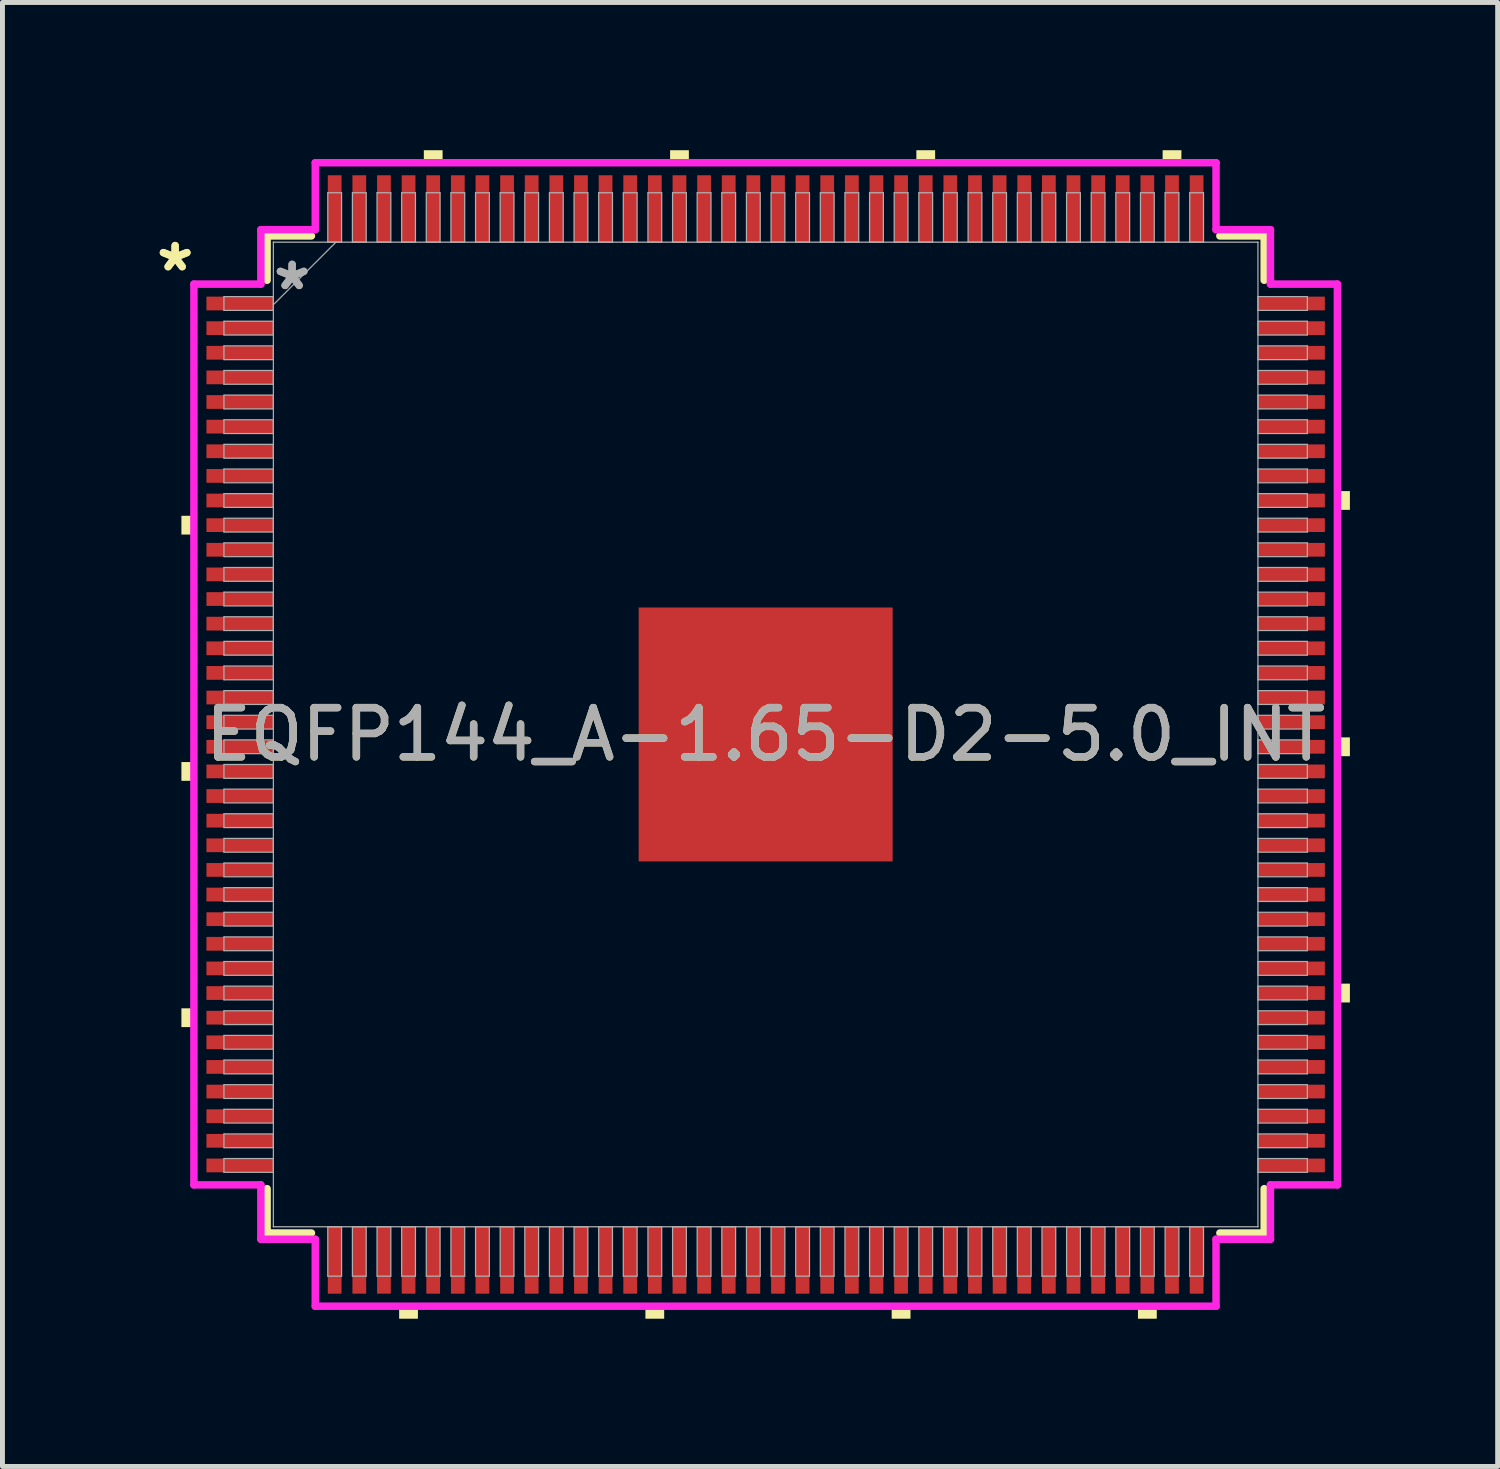
<source format=kicad_pcb>
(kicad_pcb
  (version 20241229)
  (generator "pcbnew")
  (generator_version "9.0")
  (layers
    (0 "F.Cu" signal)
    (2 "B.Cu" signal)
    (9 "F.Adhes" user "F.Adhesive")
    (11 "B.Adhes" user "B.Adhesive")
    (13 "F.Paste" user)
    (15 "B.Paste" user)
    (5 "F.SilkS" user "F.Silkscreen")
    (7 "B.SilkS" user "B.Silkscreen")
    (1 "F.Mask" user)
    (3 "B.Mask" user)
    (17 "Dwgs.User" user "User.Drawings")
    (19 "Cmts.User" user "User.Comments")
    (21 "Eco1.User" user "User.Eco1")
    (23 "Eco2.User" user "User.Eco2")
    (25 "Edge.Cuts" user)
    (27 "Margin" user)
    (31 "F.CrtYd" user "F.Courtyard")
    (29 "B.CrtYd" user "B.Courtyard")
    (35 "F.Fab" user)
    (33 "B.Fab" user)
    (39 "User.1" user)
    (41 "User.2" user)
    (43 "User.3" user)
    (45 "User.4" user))
  (footprint "EQFP144_A-1.65-D2-5.0_INT"
    (layer "F.Cu")
    (at 12.495 11.862)
    (property "Reference" "EQFP144_A-1.65-D2-5.0_INT" (at 0 0 0) (unlocked yes) (layer "F.SilkS") (effects (font (size 1 1) (thickness 0.15))))
    (attr smd)
    (fp_line (start -10.122 -10.122) (end -10.122 -9.222) (stroke (width 0.152) (type solid)) (layer "F.SilkS"))
    (fp_line (start -10.122 9.222) (end -10.122 10.122) (stroke (width 0.152) (type solid)) (layer "F.SilkS"))
    (fp_line (start -10.122 10.122) (end -9.222 10.122) (stroke (width 0.152) (type solid)) (layer "F.SilkS"))
    (fp_line (start -9.222 -10.122) (end -10.122 -10.122) (stroke (width 0.152) (type solid)) (layer "F.SilkS"))
    (fp_line (start 9.222 10.122) (end 10.122 10.122) (stroke (width 0.152) (type solid)) (layer "F.SilkS"))
    (fp_line (start 10.122 -10.122) (end 9.222 -10.122) (stroke (width 0.152) (type solid)) (layer "F.SilkS"))
    (fp_line (start 10.122 -9.222) (end 10.122 -10.122) (stroke (width 0.152) (type solid)) (layer "F.SilkS"))
    (fp_line (start 10.122 10.122) (end 10.122 9.222) (stroke (width 0.152) (type solid)) (layer "F.SilkS"))
    (fp_poly (pts (xy -11.862 -4.44) (xy -11.862 -4.059) (xy -11.608 -4.059) (xy -11.608 -4.44)) (stroke (width 0) (type solid)) (fill yes) (layer "F.SilkS"))
    (fp_poly (pts (xy -11.862 0.56) (xy -11.862 0.941) (xy -11.608 0.941) (xy -11.608 0.56)) (stroke (width 0) (type solid)) (fill yes) (layer "F.SilkS"))
    (fp_poly (pts (xy -11.862 5.56) (xy -11.862 5.941) (xy -11.608 5.941) (xy -11.608 5.56)) (stroke (width 0) (type solid)) (fill yes) (layer "F.SilkS"))
    (fp_poly (pts (xy -7.441 11.608) (xy -7.441 11.862) (xy -7.06 11.862) (xy -7.06 11.608)) (stroke (width 0) (type solid)) (fill yes) (layer "F.SilkS"))
    (fp_poly (pts (xy -6.94 -11.608) (xy -6.94 -11.862) (xy -6.559 -11.862) (xy -6.559 -11.608)) (stroke (width 0) (type solid)) (fill yes) (layer "F.SilkS"))
    (fp_poly (pts (xy -2.441 11.608) (xy -2.441 11.862) (xy -2.06 11.862) (xy -2.06 11.608)) (stroke (width 0) (type solid)) (fill yes) (layer "F.SilkS"))
    (fp_poly (pts (xy -1.94 -11.608) (xy -1.94 -11.862) (xy -1.559 -11.862) (xy -1.559 -11.608)) (stroke (width 0) (type solid)) (fill yes) (layer "F.SilkS"))
    (fp_poly (pts (xy 2.559 11.608) (xy 2.559 11.862) (xy 2.941 11.862) (xy 2.941 11.608)) (stroke (width 0) (type solid)) (fill yes) (layer "F.SilkS"))
    (fp_poly (pts (xy 3.06 -11.608) (xy 3.06 -11.862) (xy 3.441 -11.862) (xy 3.441 -11.608)) (stroke (width 0) (type solid)) (fill yes) (layer "F.SilkS"))
    (fp_poly (pts (xy 7.559 11.608) (xy 7.559 11.862) (xy 7.941 11.862) (xy 7.941 11.608)) (stroke (width 0) (type solid)) (fill yes) (layer "F.SilkS"))
    (fp_poly (pts (xy 8.06 -11.608) (xy 8.06 -11.862) (xy 8.441 -11.862) (xy 8.441 -11.608)) (stroke (width 0) (type solid)) (fill yes) (layer "F.SilkS"))
    (fp_poly (pts (xy 11.862 -4.941) (xy 11.862 -4.56) (xy 11.608 -4.56) (xy 11.608 -4.941)) (stroke (width 0) (type solid)) (fill yes) (layer "F.SilkS"))
    (fp_poly (pts (xy 11.862 0.059) (xy 11.862 0.441) (xy 11.608 0.441) (xy 11.608 0.059)) (stroke (width 0) (type solid)) (fill yes) (layer "F.SilkS"))
    (fp_poly (pts (xy 11.862 5.059) (xy 11.862 5.441) (xy 11.608 5.441) (xy 11.608 5.059)) (stroke (width 0) (type solid)) (fill yes) (layer "F.SilkS"))
    (fp_poly (pts (xy -2.478 -2.478) (xy -2.478 -1.389) (xy -1.389 -1.389) (xy -1.389 -2.478)) (stroke (width 0) (type solid)) (fill yes) (layer "F.Paste"))
    (fp_poly (pts (xy -2.478 -1.189) (xy -2.478 -0.1) (xy -1.389 -0.1) (xy -1.389 -1.189)) (stroke (width 0) (type solid)) (fill yes) (layer "F.Paste"))
    (fp_poly (pts (xy -2.478 0.1) (xy -2.478 1.189) (xy -1.389 1.189) (xy -1.389 0.1)) (stroke (width 0) (type solid)) (fill yes) (layer "F.Paste"))
    (fp_poly (pts (xy -2.478 1.389) (xy -2.478 2.478) (xy -1.389 2.478) (xy -1.389 1.389)) (stroke (width 0) (type solid)) (fill yes) (layer "F.Paste"))
    (fp_poly (pts (xy -1.189 -2.478) (xy -1.189 -1.389) (xy -0.1 -1.389) (xy -0.1 -2.478)) (stroke (width 0) (type solid)) (fill yes) (layer "F.Paste"))
    (fp_poly (pts (xy -1.189 -1.189) (xy -1.189 -0.1) (xy -0.1 -0.1) (xy -0.1 -1.189)) (stroke (width 0) (type solid)) (fill yes) (layer "F.Paste"))
    (fp_poly (pts (xy -1.189 0.1) (xy -1.189 1.189) (xy -0.1 1.189) (xy -0.1 0.1)) (stroke (width 0) (type solid)) (fill yes) (layer "F.Paste"))
    (fp_poly (pts (xy -1.189 1.389) (xy -1.189 2.478) (xy -0.1 2.478) (xy -0.1 1.389)) (stroke (width 0) (type solid)) (fill yes) (layer "F.Paste"))
    (fp_poly (pts (xy 0.1 -2.478) (xy 0.1 -1.389) (xy 1.189 -1.389) (xy 1.189 -2.478)) (stroke (width 0) (type solid)) (fill yes) (layer "F.Paste"))
    (fp_poly (pts (xy 0.1 -1.189) (xy 0.1 -0.1) (xy 1.189 -0.1) (xy 1.189 -1.189)) (stroke (width 0) (type solid)) (fill yes) (layer "F.Paste"))
    (fp_poly (pts (xy 0.1 0.1) (xy 0.1 1.189) (xy 1.189 1.189) (xy 1.189 0.1)) (stroke (width 0) (type solid)) (fill yes) (layer "F.Paste"))
    (fp_poly (pts (xy 0.1 1.389) (xy 0.1 2.478) (xy 1.189 2.478) (xy 1.189 1.389)) (stroke (width 0) (type solid)) (fill yes) (layer "F.Paste"))
    (fp_poly (pts (xy 1.389 -2.478) (xy 1.389 -1.389) (xy 2.478 -1.389) (xy 2.478 -2.478)) (stroke (width 0) (type solid)) (fill yes) (layer "F.Paste"))
    (fp_poly (pts (xy 1.389 -1.189) (xy 1.389 -0.1) (xy 2.478 -0.1) (xy 2.478 -1.189)) (stroke (width 0) (type solid)) (fill yes) (layer "F.Paste"))
    (fp_poly (pts (xy 1.389 0.1) (xy 1.389 1.189) (xy 2.478 1.189) (xy 2.478 0.1)) (stroke (width 0) (type solid)) (fill yes) (layer "F.Paste"))
    (fp_poly (pts (xy 1.389 1.389) (xy 1.389 2.478) (xy 2.478 2.478) (xy 2.478 1.389)) (stroke (width 0) (type solid)) (fill yes) (layer "F.Paste"))
    (fp_line (start -11.608 -9.144) (end -10.249 -9.144) (stroke (width 0.152) (type solid)) (layer "F.CrtYd"))
    (fp_line (start -11.608 9.144) (end -11.608 -9.144) (stroke (width 0.152) (type solid)) (layer "F.CrtYd"))
    (fp_line (start -10.249 -10.249) (end -9.144 -10.249) (stroke (width 0.152) (type solid)) (layer "F.CrtYd"))
    (fp_line (start -10.249 -9.144) (end -10.249 -10.249) (stroke (width 0.152) (type solid)) (layer "F.CrtYd"))
    (fp_line (start -10.249 9.144) (end -11.608 9.144) (stroke (width 0.152) (type solid)) (layer "F.CrtYd"))
    (fp_line (start -10.249 10.249) (end -10.249 9.144) (stroke (width 0.152) (type solid)) (layer "F.CrtYd"))
    (fp_line (start -10.249 10.249) (end -9.144 10.249) (stroke (width 0.152) (type solid)) (layer "F.CrtYd"))
    (fp_line (start -9.144 -11.608) (end 9.144 -11.608) (stroke (width 0.152) (type solid)) (layer "F.CrtYd"))
    (fp_line (start -9.144 -10.249) (end -9.144 -11.608) (stroke (width 0.152) (type solid)) (layer "F.CrtYd"))
    (fp_line (start -9.144 10.249) (end -9.144 11.608) (stroke (width 0.152) (type solid)) (layer "F.CrtYd"))
    (fp_line (start -9.144 11.608) (end 9.144 11.608) (stroke (width 0.152) (type solid)) (layer "F.CrtYd"))
    (fp_line (start 9.144 -11.608) (end 9.144 -10.249) (stroke (width 0.152) (type solid)) (layer "F.CrtYd"))
    (fp_line (start 9.144 -10.249) (end 10.249 -10.249) (stroke (width 0.152) (type solid)) (layer "F.CrtYd"))
    (fp_line (start 9.144 10.249) (end 10.249 10.249) (stroke (width 0.152) (type solid)) (layer "F.CrtYd"))
    (fp_line (start 9.144 11.608) (end 9.144 10.249) (stroke (width 0.152) (type solid)) (layer "F.CrtYd"))
    (fp_line (start 10.249 -9.144) (end 10.249 -10.249) (stroke (width 0.152) (type solid)) (layer "F.CrtYd"))
    (fp_line (start 10.249 9.144) (end 11.608 9.144) (stroke (width 0.152) (type solid)) (layer "F.CrtYd"))
    (fp_line (start 10.249 10.249) (end 10.249 9.144) (stroke (width 0.152) (type solid)) (layer "F.CrtYd"))
    (fp_line (start 11.608 -9.144) (end 10.249 -9.144) (stroke (width 0.152) (type solid)) (layer "F.CrtYd"))
    (fp_line (start 11.608 9.144) (end 11.608 -9.144) (stroke (width 0.152) (type solid)) (layer "F.CrtYd"))
    (fp_line (start -10.998 -8.89) (end -10.998 -8.61) (stroke (width 0.025) (type solid)) (layer "F.Fab"))
    (fp_line (start -10.998 -8.61) (end -9.995 -8.61) (stroke (width 0.025) (type solid)) (layer "F.Fab"))
    (fp_line (start -10.998 -8.39) (end -10.998 -8.11) (stroke (width 0.025) (type solid)) (layer "F.Fab"))
    (fp_line (start -10.998 -8.11) (end -9.995 -8.11) (stroke (width 0.025) (type solid)) (layer "F.Fab"))
    (fp_line (start -10.998 -7.89) (end -10.998 -7.61) (stroke (width 0.025) (type solid)) (layer "F.Fab"))
    (fp_line (start -10.998 -7.61) (end -9.995 -7.61) (stroke (width 0.025) (type solid)) (layer "F.Fab"))
    (fp_line (start -10.998 -7.39) (end -10.998 -7.11) (stroke (width 0.025) (type solid)) (layer "F.Fab"))
    (fp_line (start -10.998 -7.11) (end -9.995 -7.11) (stroke (width 0.025) (type solid)) (layer "F.Fab"))
    (fp_line (start -10.998 -6.89) (end -10.998 -6.61) (stroke (width 0.025) (type solid)) (layer "F.Fab"))
    (fp_line (start -10.998 -6.61) (end -9.995 -6.61) (stroke (width 0.025) (type solid)) (layer "F.Fab"))
    (fp_line (start -10.998 -6.39) (end -10.998 -6.11) (stroke (width 0.025) (type solid)) (layer "F.Fab"))
    (fp_line (start -10.998 -6.11) (end -9.995 -6.11) (stroke (width 0.025) (type solid)) (layer "F.Fab"))
    (fp_line (start -10.998 -5.89) (end -10.998 -5.61) (stroke (width 0.025) (type solid)) (layer "F.Fab"))
    (fp_line (start -10.998 -5.61) (end -9.995 -5.61) (stroke (width 0.025) (type solid)) (layer "F.Fab"))
    (fp_line (start -10.998 -5.39) (end -10.998 -5.11) (stroke (width 0.025) (type solid)) (layer "F.Fab"))
    (fp_line (start -10.998 -5.11) (end -9.995 -5.11) (stroke (width 0.025) (type solid)) (layer "F.Fab"))
    (fp_line (start -10.998 -4.89) (end -10.998 -4.61) (stroke (width 0.025) (type solid)) (layer "F.Fab"))
    (fp_line (start -10.998 -4.61) (end -9.995 -4.61) (stroke (width 0.025) (type solid)) (layer "F.Fab"))
    (fp_line (start -10.998 -4.39) (end -10.998 -4.11) (stroke (width 0.025) (type solid)) (layer "F.Fab"))
    (fp_line (start -10.998 -4.11) (end -9.995 -4.11) (stroke (width 0.025) (type solid)) (layer "F.Fab"))
    (fp_line (start -10.998 -3.89) (end -10.998 -3.61) (stroke (width 0.025) (type solid)) (layer "F.Fab"))
    (fp_line (start -10.998 -3.61) (end -9.995 -3.61) (stroke (width 0.025) (type solid)) (layer "F.Fab"))
    (fp_line (start -10.998 -3.39) (end -10.998 -3.11) (stroke (width 0.025) (type solid)) (layer "F.Fab"))
    (fp_line (start -10.998 -3.11) (end -9.995 -3.11) (stroke (width 0.025) (type solid)) (layer "F.Fab"))
    (fp_line (start -10.998 -2.89) (end -10.998 -2.61) (stroke (width 0.025) (type solid)) (layer "F.Fab"))
    (fp_line (start -10.998 -2.61) (end -9.995 -2.61) (stroke (width 0.025) (type solid)) (layer "F.Fab"))
    (fp_line (start -10.998 -2.39) (end -10.998 -2.11) (stroke (width 0.025) (type solid)) (layer "F.Fab"))
    (fp_line (start -10.998 -2.11) (end -9.995 -2.11) (stroke (width 0.025) (type solid)) (layer "F.Fab"))
    (fp_line (start -10.998 -1.89) (end -10.998 -1.61) (stroke (width 0.025) (type solid)) (layer "F.Fab"))
    (fp_line (start -10.998 -1.61) (end -9.995 -1.61) (stroke (width 0.025) (type solid)) (layer "F.Fab"))
    (fp_line (start -10.998 -1.39) (end -10.998 -1.11) (stroke (width 0.025) (type solid)) (layer "F.Fab"))
    (fp_line (start -10.998 -1.11) (end -9.995 -1.11) (stroke (width 0.025) (type solid)) (layer "F.Fab"))
    (fp_line (start -10.998 -0.89) (end -10.998 -0.61) (stroke (width 0.025) (type solid)) (layer "F.Fab"))
    (fp_line (start -10.998 -0.61) (end -9.995 -0.61) (stroke (width 0.025) (type solid)) (layer "F.Fab"))
    (fp_line (start -10.998 -0.39) (end -10.998 -0.11) (stroke (width 0.025) (type solid)) (layer "F.Fab"))
    (fp_line (start -10.998 -0.11) (end -9.995 -0.11) (stroke (width 0.025) (type solid)) (layer "F.Fab"))
    (fp_line (start -10.998 0.11) (end -10.998 0.39) (stroke (width 0.025) (type solid)) (layer "F.Fab"))
    (fp_line (start -10.998 0.39) (end -9.995 0.39) (stroke (width 0.025) (type solid)) (layer "F.Fab"))
    (fp_line (start -10.998 0.61) (end -10.998 0.89) (stroke (width 0.025) (type solid)) (layer "F.Fab"))
    (fp_line (start -10.998 0.89) (end -9.995 0.89) (stroke (width 0.025) (type solid)) (layer "F.Fab"))
    (fp_line (start -10.998 1.11) (end -10.998 1.39) (stroke (width 0.025) (type solid)) (layer "F.Fab"))
    (fp_line (start -10.998 1.39) (end -9.995 1.39) (stroke (width 0.025) (type solid)) (layer "F.Fab"))
    (fp_line (start -10.998 1.61) (end -10.998 1.89) (stroke (width 0.025) (type solid)) (layer "F.Fab"))
    (fp_line (start -10.998 1.89) (end -9.995 1.89) (stroke (width 0.025) (type solid)) (layer "F.Fab"))
    (fp_line (start -10.998 2.11) (end -10.998 2.39) (stroke (width 0.025) (type solid)) (layer "F.Fab"))
    (fp_line (start -10.998 2.39) (end -9.995 2.39) (stroke (width 0.025) (type solid)) (layer "F.Fab"))
    (fp_line (start -10.998 2.61) (end -10.998 2.89) (stroke (width 0.025) (type solid)) (layer "F.Fab"))
    (fp_line (start -10.998 2.89) (end -9.995 2.89) (stroke (width 0.025) (type solid)) (layer "F.Fab"))
    (fp_line (start -10.998 3.11) (end -10.998 3.39) (stroke (width 0.025) (type solid)) (layer "F.Fab"))
    (fp_line (start -10.998 3.39) (end -9.995 3.39) (stroke (width 0.025) (type solid)) (layer "F.Fab"))
    (fp_line (start -10.998 3.61) (end -10.998 3.89) (stroke (width 0.025) (type solid)) (layer "F.Fab"))
    (fp_line (start -10.998 3.89) (end -9.995 3.89) (stroke (width 0.025) (type solid)) (layer "F.Fab"))
    (fp_line (start -10.998 4.11) (end -10.998 4.39) (stroke (width 0.025) (type solid)) (layer "F.Fab"))
    (fp_line (start -10.998 4.39) (end -9.995 4.39) (stroke (width 0.025) (type solid)) (layer "F.Fab"))
    (fp_line (start -10.998 4.61) (end -10.998 4.89) (stroke (width 0.025) (type solid)) (layer "F.Fab"))
    (fp_line (start -10.998 4.89) (end -9.995 4.89) (stroke (width 0.025) (type solid)) (layer "F.Fab"))
    (fp_line (start -10.998 5.11) (end -10.998 5.39) (stroke (width 0.025) (type solid)) (layer "F.Fab"))
    (fp_line (start -10.998 5.39) (end -9.995 5.39) (stroke (width 0.025) (type solid)) (layer "F.Fab"))
    (fp_line (start -10.998 5.61) (end -10.998 5.89) (stroke (width 0.025) (type solid)) (layer "F.Fab"))
    (fp_line (start -10.998 5.89) (end -9.995 5.89) (stroke (width 0.025) (type solid)) (layer "F.Fab"))
    (fp_line (start -10.998 6.11) (end -10.998 6.39) (stroke (width 0.025) (type solid)) (layer "F.Fab"))
    (fp_line (start -10.998 6.39) (end -9.995 6.39) (stroke (width 0.025) (type solid)) (layer "F.Fab"))
    (fp_line (start -10.998 6.61) (end -10.998 6.89) (stroke (width 0.025) (type solid)) (layer "F.Fab"))
    (fp_line (start -10.998 6.89) (end -9.995 6.89) (stroke (width 0.025) (type solid)) (layer "F.Fab"))
    (fp_line (start -10.998 7.11) (end -10.998 7.39) (stroke (width 0.025) (type solid)) (layer "F.Fab"))
    (fp_line (start -10.998 7.39) (end -9.995 7.39) (stroke (width 0.025) (type solid)) (layer "F.Fab"))
    (fp_line (start -10.998 7.61) (end -10.998 7.89) (stroke (width 0.025) (type solid)) (layer "F.Fab"))
    (fp_line (start -10.998 7.89) (end -9.995 7.89) (stroke (width 0.025) (type solid)) (layer "F.Fab"))
    (fp_line (start -10.998 8.11) (end -10.998 8.39) (stroke (width 0.025) (type solid)) (layer "F.Fab"))
    (fp_line (start -10.998 8.39) (end -9.995 8.39) (stroke (width 0.025) (type solid)) (layer "F.Fab"))
    (fp_line (start -10.998 8.61) (end -10.998 8.89) (stroke (width 0.025) (type solid)) (layer "F.Fab"))
    (fp_line (start -10.998 8.89) (end -9.995 8.89) (stroke (width 0.025) (type solid)) (layer "F.Fab"))
    (fp_line (start -9.995 -9.995) (end -9.995 -9.995) (stroke (width 0.025) (type solid)) (layer "F.Fab"))
    (fp_line (start -9.995 -9.995) (end -9.995 9.995) (stroke (width 0.025) (type solid)) (layer "F.Fab"))
    (fp_line (start -9.995 -8.89) (end -10.998 -8.89) (stroke (width 0.025) (type solid)) (layer "F.Fab"))
    (fp_line (start -9.995 -8.725) (end -8.725 -9.995) (stroke (width 0.025) (type solid)) (layer "F.Fab"))
    (fp_line (start -9.995 -8.61) (end -9.995 -8.89) (stroke (width 0.025) (type solid)) (layer "F.Fab"))
    (fp_line (start -9.995 -8.39) (end -10.998 -8.39) (stroke (width 0.025) (type solid)) (layer "F.Fab"))
    (fp_line (start -9.995 -8.11) (end -9.995 -8.39) (stroke (width 0.025) (type solid)) (layer "F.Fab"))
    (fp_line (start -9.995 -7.89) (end -10.998 -7.89) (stroke (width 0.025) (type solid)) (layer "F.Fab"))
    (fp_line (start -9.995 -7.61) (end -9.995 -7.89) (stroke (width 0.025) (type solid)) (layer "F.Fab"))
    (fp_line (start -9.995 -7.39) (end -10.998 -7.39) (stroke (width 0.025) (type solid)) (layer "F.Fab"))
    (fp_line (start -9.995 -7.11) (end -9.995 -7.39) (stroke (width 0.025) (type solid)) (layer "F.Fab"))
    (fp_line (start -9.995 -6.89) (end -10.998 -6.89) (stroke (width 0.025) (type solid)) (layer "F.Fab"))
    (fp_line (start -9.995 -6.61) (end -9.995 -6.89) (stroke (width 0.025) (type solid)) (layer "F.Fab"))
    (fp_line (start -9.995 -6.39) (end -10.998 -6.39) (stroke (width 0.025) (type solid)) (layer "F.Fab"))
    (fp_line (start -9.995 -6.11) (end -9.995 -6.39) (stroke (width 0.025) (type solid)) (layer "F.Fab"))
    (fp_line (start -9.995 -5.89) (end -10.998 -5.89) (stroke (width 0.025) (type solid)) (layer "F.Fab"))
    (fp_line (start -9.995 -5.61) (end -9.995 -5.89) (stroke (width 0.025) (type solid)) (layer "F.Fab"))
    (fp_line (start -9.995 -5.39) (end -10.998 -5.39) (stroke (width 0.025) (type solid)) (layer "F.Fab"))
    (fp_line (start -9.995 -5.11) (end -9.995 -5.39) (stroke (width 0.025) (type solid)) (layer "F.Fab"))
    (fp_line (start -9.995 -4.89) (end -10.998 -4.89) (stroke (width 0.025) (type solid)) (layer "F.Fab"))
    (fp_line (start -9.995 -4.61) (end -9.995 -4.89) (stroke (width 0.025) (type solid)) (layer "F.Fab"))
    (fp_line (start -9.995 -4.39) (end -10.998 -4.39) (stroke (width 0.025) (type solid)) (layer "F.Fab"))
    (fp_line (start -9.995 -4.11) (end -9.995 -4.39) (stroke (width 0.025) (type solid)) (layer "F.Fab"))
    (fp_line (start -9.995 -3.89) (end -10.998 -3.89) (stroke (width 0.025) (type solid)) (layer "F.Fab"))
    (fp_line (start -9.995 -3.61) (end -9.995 -3.89) (stroke (width 0.025) (type solid)) (layer "F.Fab"))
    (fp_line (start -9.995 -3.39) (end -10.998 -3.39) (stroke (width 0.025) (type solid)) (layer "F.Fab"))
    (fp_line (start -9.995 -3.11) (end -9.995 -3.39) (stroke (width 0.025) (type solid)) (layer "F.Fab"))
    (fp_line (start -9.995 -2.89) (end -10.998 -2.89) (stroke (width 0.025) (type solid)) (layer "F.Fab"))
    (fp_line (start -9.995 -2.61) (end -9.995 -2.89) (stroke (width 0.025) (type solid)) (layer "F.Fab"))
    (fp_line (start -9.995 -2.39) (end -10.998 -2.39) (stroke (width 0.025) (type solid)) (layer "F.Fab"))
    (fp_line (start -9.995 -2.11) (end -9.995 -2.39) (stroke (width 0.025) (type solid)) (layer "F.Fab"))
    (fp_line (start -9.995 -1.89) (end -10.998 -1.89) (stroke (width 0.025) (type solid)) (layer "F.Fab"))
    (fp_line (start -9.995 -1.61) (end -9.995 -1.89) (stroke (width 0.025) (type solid)) (layer "F.Fab"))
    (fp_line (start -9.995 -1.39) (end -10.998 -1.39) (stroke (width 0.025) (type solid)) (layer "F.Fab"))
    (fp_line (start -9.995 -1.11) (end -9.995 -1.39) (stroke (width 0.025) (type solid)) (layer "F.Fab"))
    (fp_line (start -9.995 -0.89) (end -10.998 -0.89) (stroke (width 0.025) (type solid)) (layer "F.Fab"))
    (fp_line (start -9.995 -0.61) (end -9.995 -0.89) (stroke (width 0.025) (type solid)) (layer "F.Fab"))
    (fp_line (start -9.995 -0.39) (end -10.998 -0.39) (stroke (width 0.025) (type solid)) (layer "F.Fab"))
    (fp_line (start -9.995 -0.11) (end -9.995 -0.39) (stroke (width 0.025) (type solid)) (layer "F.Fab"))
    (fp_line (start -9.995 0.11) (end -10.998 0.11) (stroke (width 0.025) (type solid)) (layer "F.Fab"))
    (fp_line (start -9.995 0.39) (end -9.995 0.11) (stroke (width 0.025) (type solid)) (layer "F.Fab"))
    (fp_line (start -9.995 0.61) (end -10.998 0.61) (stroke (width 0.025) (type solid)) (layer "F.Fab"))
    (fp_line (start -9.995 0.89) (end -9.995 0.61) (stroke (width 0.025) (type solid)) (layer "F.Fab"))
    (fp_line (start -9.995 1.11) (end -10.998 1.11) (stroke (width 0.025) (type solid)) (layer "F.Fab"))
    (fp_line (start -9.995 1.39) (end -9.995 1.11) (stroke (width 0.025) (type solid)) (layer "F.Fab"))
    (fp_line (start -9.995 1.61) (end -10.998 1.61) (stroke (width 0.025) (type solid)) (layer "F.Fab"))
    (fp_line (start -9.995 1.89) (end -9.995 1.61) (stroke (width 0.025) (type solid)) (layer "F.Fab"))
    (fp_line (start -9.995 2.11) (end -10.998 2.11) (stroke (width 0.025) (type solid)) (layer "F.Fab"))
    (fp_line (start -9.995 2.39) (end -9.995 2.11) (stroke (width 0.025) (type solid)) (layer "F.Fab"))
    (fp_line (start -9.995 2.61) (end -10.998 2.61) (stroke (width 0.025) (type solid)) (layer "F.Fab"))
    (fp_line (start -9.995 2.89) (end -9.995 2.61) (stroke (width 0.025) (type solid)) (layer "F.Fab"))
    (fp_line (start -9.995 3.11) (end -10.998 3.11) (stroke (width 0.025) (type solid)) (layer "F.Fab"))
    (fp_line (start -9.995 3.39) (end -9.995 3.11) (stroke (width 0.025) (type solid)) (layer "F.Fab"))
    (fp_line (start -9.995 3.61) (end -10.998 3.61) (stroke (width 0.025) (type solid)) (layer "F.Fab"))
    (fp_line (start -9.995 3.89) (end -9.995 3.61) (stroke (width 0.025) (type solid)) (layer "F.Fab"))
    (fp_line (start -9.995 4.11) (end -10.998 4.11) (stroke (width 0.025) (type solid)) (layer "F.Fab"))
    (fp_line (start -9.995 4.39) (end -9.995 4.11) (stroke (width 0.025) (type solid)) (layer "F.Fab"))
    (fp_line (start -9.995 4.61) (end -10.998 4.61) (stroke (width 0.025) (type solid)) (layer "F.Fab"))
    (fp_line (start -9.995 4.89) (end -9.995 4.61) (stroke (width 0.025) (type solid)) (layer "F.Fab"))
    (fp_line (start -9.995 5.11) (end -10.998 5.11) (stroke (width 0.025) (type solid)) (layer "F.Fab"))
    (fp_line (start -9.995 5.39) (end -9.995 5.11) (stroke (width 0.025) (type solid)) (layer "F.Fab"))
    (fp_line (start -9.995 5.61) (end -10.998 5.61) (stroke (width 0.025) (type solid)) (layer "F.Fab"))
    (fp_line (start -9.995 5.89) (end -9.995 5.61) (stroke (width 0.025) (type solid)) (layer "F.Fab"))
    (fp_line (start -9.995 6.11) (end -10.998 6.11) (stroke (width 0.025) (type solid)) (layer "F.Fab"))
    (fp_line (start -9.995 6.39) (end -9.995 6.11) (stroke (width 0.025) (type solid)) (layer "F.Fab"))
    (fp_line (start -9.995 6.61) (end -10.998 6.61) (stroke (width 0.025) (type solid)) (layer "F.Fab"))
    (fp_line (start -9.995 6.89) (end -9.995 6.61) (stroke (width 0.025) (type solid)) (layer "F.Fab"))
    (fp_line (start -9.995 7.11) (end -10.998 7.11) (stroke (width 0.025) (type solid)) (layer "F.Fab"))
    (fp_line (start -9.995 7.39) (end -9.995 7.11) (stroke (width 0.025) (type solid)) (layer "F.Fab"))
    (fp_line (start -9.995 7.61) (end -10.998 7.61) (stroke (width 0.025) (type solid)) (layer "F.Fab"))
    (fp_line (start -9.995 7.89) (end -9.995 7.61) (stroke (width 0.025) (type solid)) (layer "F.Fab"))
    (fp_line (start -9.995 8.11) (end -10.998 8.11) (stroke (width 0.025) (type solid)) (layer "F.Fab"))
    (fp_line (start -9.995 8.39) (end -9.995 8.11) (stroke (width 0.025) (type solid)) (layer "F.Fab"))
    (fp_line (start -9.995 8.61) (end -10.998 8.61) (stroke (width 0.025) (type solid)) (layer "F.Fab"))
    (fp_line (start -9.995 8.89) (end -9.995 8.61) (stroke (width 0.025) (type solid)) (layer "F.Fab"))
    (fp_line (start -9.995 9.995) (end -9.995 9.995) (stroke (width 0.025) (type solid)) (layer "F.Fab"))
    (fp_line (start -9.995 9.995) (end 9.995 9.995) (stroke (width 0.025) (type solid)) (layer "F.Fab"))
    (fp_line (start -8.89 -10.998) (end -8.89 -9.995) (stroke (width 0.025) (type solid)) (layer "F.Fab"))
    (fp_line (start -8.89 -9.995) (end -8.61 -9.995) (stroke (width 0.025) (type solid)) (layer "F.Fab"))
    (fp_line (start -8.89 9.995) (end -8.89 10.998) (stroke (width 0.025) (type solid)) (layer "F.Fab"))
    (fp_line (start -8.89 10.998) (end -8.61 10.998) (stroke (width 0.025) (type solid)) (layer "F.Fab"))
    (fp_line (start -8.61 -10.998) (end -8.89 -10.998) (stroke (width 0.025) (type solid)) (layer "F.Fab"))
    (fp_line (start -8.61 -9.995) (end -8.61 -10.998) (stroke (width 0.025) (type solid)) (layer "F.Fab"))
    (fp_line (start -8.61 9.995) (end -8.89 9.995) (stroke (width 0.025) (type solid)) (layer "F.Fab"))
    (fp_line (start -8.61 10.998) (end -8.61 9.995) (stroke (width 0.025) (type solid)) (layer "F.Fab"))
    (fp_line (start -8.39 -10.998) (end -8.39 -9.995) (stroke (width 0.025) (type solid)) (layer "F.Fab"))
    (fp_line (start -8.39 -9.995) (end -8.11 -9.995) (stroke (width 0.025) (type solid)) (layer "F.Fab"))
    (fp_line (start -8.39 9.995) (end -8.39 10.998) (stroke (width 0.025) (type solid)) (layer "F.Fab"))
    (fp_line (start -8.39 10.998) (end -8.11 10.998) (stroke (width 0.025) (type solid)) (layer "F.Fab"))
    (fp_line (start -8.11 -10.998) (end -8.39 -10.998) (stroke (width 0.025) (type solid)) (layer "F.Fab"))
    (fp_line (start -8.11 -9.995) (end -8.11 -10.998) (stroke (width 0.025) (type solid)) (layer "F.Fab"))
    (fp_line (start -8.11 9.995) (end -8.39 9.995) (stroke (width 0.025) (type solid)) (layer "F.Fab"))
    (fp_line (start -8.11 10.998) (end -8.11 9.995) (stroke (width 0.025) (type solid)) (layer "F.Fab"))
    (fp_line (start -7.89 -10.998) (end -7.89 -9.995) (stroke (width 0.025) (type solid)) (layer "F.Fab"))
    (fp_line (start -7.89 -9.995) (end -7.61 -9.995) (stroke (width 0.025) (type solid)) (layer "F.Fab"))
    (fp_line (start -7.89 9.995) (end -7.89 10.998) (stroke (width 0.025) (type solid)) (layer "F.Fab"))
    (fp_line (start -7.89 10.998) (end -7.61 10.998) (stroke (width 0.025) (type solid)) (layer "F.Fab"))
    (fp_line (start -7.61 -10.998) (end -7.89 -10.998) (stroke (width 0.025) (type solid)) (layer "F.Fab"))
    (fp_line (start -7.61 -9.995) (end -7.61 -10.998) (stroke (width 0.025) (type solid)) (layer "F.Fab"))
    (fp_line (start -7.61 9.995) (end -7.89 9.995) (stroke (width 0.025) (type solid)) (layer "F.Fab"))
    (fp_line (start -7.61 10.998) (end -7.61 9.995) (stroke (width 0.025) (type solid)) (layer "F.Fab"))
    (fp_line (start -7.39 -10.998) (end -7.39 -9.995) (stroke (width 0.025) (type solid)) (layer "F.Fab"))
    (fp_line (start -7.39 -9.995) (end -7.11 -9.995) (stroke (width 0.025) (type solid)) (layer "F.Fab"))
    (fp_line (start -7.39 9.995) (end -7.39 10.998) (stroke (width 0.025) (type solid)) (layer "F.Fab"))
    (fp_line (start -7.39 10.998) (end -7.11 10.998) (stroke (width 0.025) (type solid)) (layer "F.Fab"))
    (fp_line (start -7.11 -10.998) (end -7.39 -10.998) (stroke (width 0.025) (type solid)) (layer "F.Fab"))
    (fp_line (start -7.11 -9.995) (end -7.11 -10.998) (stroke (width 0.025) (type solid)) (layer "F.Fab"))
    (fp_line (start -7.11 9.995) (end -7.39 9.995) (stroke (width 0.025) (type solid)) (layer "F.Fab"))
    (fp_line (start -7.11 10.998) (end -7.11 9.995) (stroke (width 0.025) (type solid)) (layer "F.Fab"))
    (fp_line (start -6.89 -10.998) (end -6.89 -9.995) (stroke (width 0.025) (type solid)) (layer "F.Fab"))
    (fp_line (start -6.89 -9.995) (end -6.61 -9.995) (stroke (width 0.025) (type solid)) (layer "F.Fab"))
    (fp_line (start -6.89 9.995) (end -6.89 10.998) (stroke (width 0.025) (type solid)) (layer "F.Fab"))
    (fp_line (start -6.89 10.998) (end -6.61 10.998) (stroke (width 0.025) (type solid)) (layer "F.Fab"))
    (fp_line (start -6.61 -10.998) (end -6.89 -10.998) (stroke (width 0.025) (type solid)) (layer "F.Fab"))
    (fp_line (start -6.61 -9.995) (end -6.61 -10.998) (stroke (width 0.025) (type solid)) (layer "F.Fab"))
    (fp_line (start -6.61 9.995) (end -6.89 9.995) (stroke (width 0.025) (type solid)) (layer "F.Fab"))
    (fp_line (start -6.61 10.998) (end -6.61 9.995) (stroke (width 0.025) (type solid)) (layer "F.Fab"))
    (fp_line (start -6.39 -10.998) (end -6.39 -9.995) (stroke (width 0.025) (type solid)) (layer "F.Fab"))
    (fp_line (start -6.39 -9.995) (end -6.11 -9.995) (stroke (width 0.025) (type solid)) (layer "F.Fab"))
    (fp_line (start -6.39 9.995) (end -6.39 10.998) (stroke (width 0.025) (type solid)) (layer "F.Fab"))
    (fp_line (start -6.39 10.998) (end -6.11 10.998) (stroke (width 0.025) (type solid)) (layer "F.Fab"))
    (fp_line (start -6.11 -10.998) (end -6.39 -10.998) (stroke (width 0.025) (type solid)) (layer "F.Fab"))
    (fp_line (start -6.11 -9.995) (end -6.11 -10.998) (stroke (width 0.025) (type solid)) (layer "F.Fab"))
    (fp_line (start -6.11 9.995) (end -6.39 9.995) (stroke (width 0.025) (type solid)) (layer "F.Fab"))
    (fp_line (start -6.11 10.998) (end -6.11 9.995) (stroke (width 0.025) (type solid)) (layer "F.Fab"))
    (fp_line (start -5.89 -10.998) (end -5.89 -9.995) (stroke (width 0.025) (type solid)) (layer "F.Fab"))
    (fp_line (start -5.89 -9.995) (end -5.61 -9.995) (stroke (width 0.025) (type solid)) (layer "F.Fab"))
    (fp_line (start -5.89 9.995) (end -5.89 10.998) (stroke (width 0.025) (type solid)) (layer "F.Fab"))
    (fp_line (start -5.89 10.998) (end -5.61 10.998) (stroke (width 0.025) (type solid)) (layer "F.Fab"))
    (fp_line (start -5.61 -10.998) (end -5.89 -10.998) (stroke (width 0.025) (type solid)) (layer "F.Fab"))
    (fp_line (start -5.61 -9.995) (end -5.61 -10.998) (stroke (width 0.025) (type solid)) (layer "F.Fab"))
    (fp_line (start -5.61 9.995) (end -5.89 9.995) (stroke (width 0.025) (type solid)) (layer "F.Fab"))
    (fp_line (start -5.61 10.998) (end -5.61 9.995) (stroke (width 0.025) (type solid)) (layer "F.Fab"))
    (fp_line (start -5.39 -10.998) (end -5.39 -9.995) (stroke (width 0.025) (type solid)) (layer "F.Fab"))
    (fp_line (start -5.39 -9.995) (end -5.11 -9.995) (stroke (width 0.025) (type solid)) (layer "F.Fab"))
    (fp_line (start -5.39 9.995) (end -5.39 10.998) (stroke (width 0.025) (type solid)) (layer "F.Fab"))
    (fp_line (start -5.39 10.998) (end -5.11 10.998) (stroke (width 0.025) (type solid)) (layer "F.Fab"))
    (fp_line (start -5.11 -10.998) (end -5.39 -10.998) (stroke (width 0.025) (type solid)) (layer "F.Fab"))
    (fp_line (start -5.11 -9.995) (end -5.11 -10.998) (stroke (width 0.025) (type solid)) (layer "F.Fab"))
    (fp_line (start -5.11 9.995) (end -5.39 9.995) (stroke (width 0.025) (type solid)) (layer "F.Fab"))
    (fp_line (start -5.11 10.998) (end -5.11 9.995) (stroke (width 0.025) (type solid)) (layer "F.Fab"))
    (fp_line (start -4.89 -10.998) (end -4.89 -9.995) (stroke (width 0.025) (type solid)) (layer "F.Fab"))
    (fp_line (start -4.89 -9.995) (end -4.61 -9.995) (stroke (width 0.025) (type solid)) (layer "F.Fab"))
    (fp_line (start -4.89 9.995) (end -4.89 10.998) (stroke (width 0.025) (type solid)) (layer "F.Fab"))
    (fp_line (start -4.89 10.998) (end -4.61 10.998) (stroke (width 0.025) (type solid)) (layer "F.Fab"))
    (fp_line (start -4.61 -10.998) (end -4.89 -10.998) (stroke (width 0.025) (type solid)) (layer "F.Fab"))
    (fp_line (start -4.61 -9.995) (end -4.61 -10.998) (stroke (width 0.025) (type solid)) (layer "F.Fab"))
    (fp_line (start -4.61 9.995) (end -4.89 9.995) (stroke (width 0.025) (type solid)) (layer "F.Fab"))
    (fp_line (start -4.61 10.998) (end -4.61 9.995) (stroke (width 0.025) (type solid)) (layer "F.Fab"))
    (fp_line (start -4.39 -10.998) (end -4.39 -9.995) (stroke (width 0.025) (type solid)) (layer "F.Fab"))
    (fp_line (start -4.39 -9.995) (end -4.11 -9.995) (stroke (width 0.025) (type solid)) (layer "F.Fab"))
    (fp_line (start -4.39 9.995) (end -4.39 10.998) (stroke (width 0.025) (type solid)) (layer "F.Fab"))
    (fp_line (start -4.39 10.998) (end -4.11 10.998) (stroke (width 0.025) (type solid)) (layer "F.Fab"))
    (fp_line (start -4.11 -10.998) (end -4.39 -10.998) (stroke (width 0.025) (type solid)) (layer "F.Fab"))
    (fp_line (start -4.11 -9.995) (end -4.11 -10.998) (stroke (width 0.025) (type solid)) (layer "F.Fab"))
    (fp_line (start -4.11 9.995) (end -4.39 9.995) (stroke (width 0.025) (type solid)) (layer "F.Fab"))
    (fp_line (start -4.11 10.998) (end -4.11 9.995) (stroke (width 0.025) (type solid)) (layer "F.Fab"))
    (fp_line (start -3.89 -10.998) (end -3.89 -9.995) (stroke (width 0.025) (type solid)) (layer "F.Fab"))
    (fp_line (start -3.89 -9.995) (end -3.61 -9.995) (stroke (width 0.025) (type solid)) (layer "F.Fab"))
    (fp_line (start -3.89 9.995) (end -3.89 10.998) (stroke (width 0.025) (type solid)) (layer "F.Fab"))
    (fp_line (start -3.89 10.998) (end -3.61 10.998) (stroke (width 0.025) (type solid)) (layer "F.Fab"))
    (fp_line (start -3.61 -10.998) (end -3.89 -10.998) (stroke (width 0.025) (type solid)) (layer "F.Fab"))
    (fp_line (start -3.61 -9.995) (end -3.61 -10.998) (stroke (width 0.025) (type solid)) (layer "F.Fab"))
    (fp_line (start -3.61 9.995) (end -3.89 9.995) (stroke (width 0.025) (type solid)) (layer "F.Fab"))
    (fp_line (start -3.61 10.998) (end -3.61 9.995) (stroke (width 0.025) (type solid)) (layer "F.Fab"))
    (fp_line (start -3.39 -10.998) (end -3.39 -9.995) (stroke (width 0.025) (type solid)) (layer "F.Fab"))
    (fp_line (start -3.39 -9.995) (end -3.11 -9.995) (stroke (width 0.025) (type solid)) (layer "F.Fab"))
    (fp_line (start -3.39 9.995) (end -3.39 10.998) (stroke (width 0.025) (type solid)) (layer "F.Fab"))
    (fp_line (start -3.39 10.998) (end -3.11 10.998) (stroke (width 0.025) (type solid)) (layer "F.Fab"))
    (fp_line (start -3.11 -10.998) (end -3.39 -10.998) (stroke (width 0.025) (type solid)) (layer "F.Fab"))
    (fp_line (start -3.11 -9.995) (end -3.11 -10.998) (stroke (width 0.025) (type solid)) (layer "F.Fab"))
    (fp_line (start -3.11 9.995) (end -3.39 9.995) (stroke (width 0.025) (type solid)) (layer "F.Fab"))
    (fp_line (start -3.11 10.998) (end -3.11 9.995) (stroke (width 0.025) (type solid)) (layer "F.Fab"))
    (fp_line (start -2.89 -10.998) (end -2.89 -9.995) (stroke (width 0.025) (type solid)) (layer "F.Fab"))
    (fp_line (start -2.89 -9.995) (end -2.61 -9.995) (stroke (width 0.025) (type solid)) (layer "F.Fab"))
    (fp_line (start -2.89 9.995) (end -2.89 10.998) (stroke (width 0.025) (type solid)) (layer "F.Fab"))
    (fp_line (start -2.89 10.998) (end -2.61 10.998) (stroke (width 0.025) (type solid)) (layer "F.Fab"))
    (fp_line (start -2.61 -10.998) (end -2.89 -10.998) (stroke (width 0.025) (type solid)) (layer "F.Fab"))
    (fp_line (start -2.61 -9.995) (end -2.61 -10.998) (stroke (width 0.025) (type solid)) (layer "F.Fab"))
    (fp_line (start -2.61 9.995) (end -2.89 9.995) (stroke (width 0.025) (type solid)) (layer "F.Fab"))
    (fp_line (start -2.61 10.998) (end -2.61 9.995) (stroke (width 0.025) (type solid)) (layer "F.Fab"))
    (fp_line (start -2.39 -10.998) (end -2.39 -9.995) (stroke (width 0.025) (type solid)) (layer "F.Fab"))
    (fp_line (start -2.39 -9.995) (end -2.11 -9.995) (stroke (width 0.025) (type solid)) (layer "F.Fab"))
    (fp_line (start -2.39 9.995) (end -2.39 10.998) (stroke (width 0.025) (type solid)) (layer "F.Fab"))
    (fp_line (start -2.39 10.998) (end -2.11 10.998) (stroke (width 0.025) (type solid)) (layer "F.Fab"))
    (fp_line (start -2.11 -10.998) (end -2.39 -10.998) (stroke (width 0.025) (type solid)) (layer "F.Fab"))
    (fp_line (start -2.11 -9.995) (end -2.11 -10.998) (stroke (width 0.025) (type solid)) (layer "F.Fab"))
    (fp_line (start -2.11 9.995) (end -2.39 9.995) (stroke (width 0.025) (type solid)) (layer "F.Fab"))
    (fp_line (start -2.11 10.998) (end -2.11 9.995) (stroke (width 0.025) (type solid)) (layer "F.Fab"))
    (fp_line (start -1.89 -10.998) (end -1.89 -9.995) (stroke (width 0.025) (type solid)) (layer "F.Fab"))
    (fp_line (start -1.89 -9.995) (end -1.61 -9.995) (stroke (width 0.025) (type solid)) (layer "F.Fab"))
    (fp_line (start -1.89 9.995) (end -1.89 10.998) (stroke (width 0.025) (type solid)) (layer "F.Fab"))
    (fp_line (start -1.89 10.998) (end -1.61 10.998) (stroke (width 0.025) (type solid)) (layer "F.Fab"))
    (fp_line (start -1.61 -10.998) (end -1.89 -10.998) (stroke (width 0.025) (type solid)) (layer "F.Fab"))
    (fp_line (start -1.61 -9.995) (end -1.61 -10.998) (stroke (width 0.025) (type solid)) (layer "F.Fab"))
    (fp_line (start -1.61 9.995) (end -1.89 9.995) (stroke (width 0.025) (type solid)) (layer "F.Fab"))
    (fp_line (start -1.61 10.998) (end -1.61 9.995) (stroke (width 0.025) (type solid)) (layer "F.Fab"))
    (fp_line (start -1.39 -10.998) (end -1.39 -9.995) (stroke (width 0.025) (type solid)) (layer "F.Fab"))
    (fp_line (start -1.39 -9.995) (end -1.11 -9.995) (stroke (width 0.025) (type solid)) (layer "F.Fab"))
    (fp_line (start -1.39 9.995) (end -1.39 10.998) (stroke (width 0.025) (type solid)) (layer "F.Fab"))
    (fp_line (start -1.39 10.998) (end -1.11 10.998) (stroke (width 0.025) (type solid)) (layer "F.Fab"))
    (fp_line (start -1.11 -10.998) (end -1.39 -10.998) (stroke (width 0.025) (type solid)) (layer "F.Fab"))
    (fp_line (start -1.11 -9.995) (end -1.11 -10.998) (stroke (width 0.025) (type solid)) (layer "F.Fab"))
    (fp_line (start -1.11 9.995) (end -1.39 9.995) (stroke (width 0.025) (type solid)) (layer "F.Fab"))
    (fp_line (start -1.11 10.998) (end -1.11 9.995) (stroke (width 0.025) (type solid)) (layer "F.Fab"))
    (fp_line (start -0.89 -10.998) (end -0.89 -9.995) (stroke (width 0.025) (type solid)) (layer "F.Fab"))
    (fp_line (start -0.89 -9.995) (end -0.61 -9.995) (stroke (width 0.025) (type solid)) (layer "F.Fab"))
    (fp_line (start -0.89 9.995) (end -0.89 10.998) (stroke (width 0.025) (type solid)) (layer "F.Fab"))
    (fp_line (start -0.89 10.998) (end -0.61 10.998) (stroke (width 0.025) (type solid)) (layer "F.Fab"))
    (fp_line (start -0.61 -10.998) (end -0.89 -10.998) (stroke (width 0.025) (type solid)) (layer "F.Fab"))
    (fp_line (start -0.61 -9.995) (end -0.61 -10.998) (stroke (width 0.025) (type solid)) (layer "F.Fab"))
    (fp_line (start -0.61 9.995) (end -0.89 9.995) (stroke (width 0.025) (type solid)) (layer "F.Fab"))
    (fp_line (start -0.61 10.998) (end -0.61 9.995) (stroke (width 0.025) (type solid)) (layer "F.Fab"))
    (fp_line (start -0.39 -10.998) (end -0.39 -9.995) (stroke (width 0.025) (type solid)) (layer "F.Fab"))
    (fp_line (start -0.39 -9.995) (end -0.11 -9.995) (stroke (width 0.025) (type solid)) (layer "F.Fab"))
    (fp_line (start -0.39 9.995) (end -0.39 10.998) (stroke (width 0.025) (type solid)) (layer "F.Fab"))
    (fp_line (start -0.39 10.998) (end -0.11 10.998) (stroke (width 0.025) (type solid)) (layer "F.Fab"))
    (fp_line (start -0.11 -10.998) (end -0.39 -10.998) (stroke (width 0.025) (type solid)) (layer "F.Fab"))
    (fp_line (start -0.11 -9.995) (end -0.11 -10.998) (stroke (width 0.025) (type solid)) (layer "F.Fab"))
    (fp_line (start -0.11 9.995) (end -0.39 9.995) (stroke (width 0.025) (type solid)) (layer "F.Fab"))
    (fp_line (start -0.11 10.998) (end -0.11 9.995) (stroke (width 0.025) (type solid)) (layer "F.Fab"))
    (fp_line (start 0.11 -10.998) (end 0.11 -9.995) (stroke (width 0.025) (type solid)) (layer "F.Fab"))
    (fp_line (start 0.11 -9.995) (end 0.39 -9.995) (stroke (width 0.025) (type solid)) (layer "F.Fab"))
    (fp_line (start 0.11 9.995) (end 0.11 10.998) (stroke (width 0.025) (type solid)) (layer "F.Fab"))
    (fp_line (start 0.11 10.998) (end 0.39 10.998) (stroke (width 0.025) (type solid)) (layer "F.Fab"))
    (fp_line (start 0.39 -10.998) (end 0.11 -10.998) (stroke (width 0.025) (type solid)) (layer "F.Fab"))
    (fp_line (start 0.39 -9.995) (end 0.39 -10.998) (stroke (width 0.025) (type solid)) (layer "F.Fab"))
    (fp_line (start 0.39 9.995) (end 0.11 9.995) (stroke (width 0.025) (type solid)) (layer "F.Fab"))
    (fp_line (start 0.39 10.998) (end 0.39 9.995) (stroke (width 0.025) (type solid)) (layer "F.Fab"))
    (fp_line (start 0.61 -10.998) (end 0.61 -9.995) (stroke (width 0.025) (type solid)) (layer "F.Fab"))
    (fp_line (start 0.61 -9.995) (end 0.89 -9.995) (stroke (width 0.025) (type solid)) (layer "F.Fab"))
    (fp_line (start 0.61 9.995) (end 0.61 10.998) (stroke (width 0.025) (type solid)) (layer "F.Fab"))
    (fp_line (start 0.61 10.998) (end 0.89 10.998) (stroke (width 0.025) (type solid)) (layer "F.Fab"))
    (fp_line (start 0.89 -10.998) (end 0.61 -10.998) (stroke (width 0.025) (type solid)) (layer "F.Fab"))
    (fp_line (start 0.89 -9.995) (end 0.89 -10.998) (stroke (width 0.025) (type solid)) (layer "F.Fab"))
    (fp_line (start 0.89 9.995) (end 0.61 9.995) (stroke (width 0.025) (type solid)) (layer "F.Fab"))
    (fp_line (start 0.89 10.998) (end 0.89 9.995) (stroke (width 0.025) (type solid)) (layer "F.Fab"))
    (fp_line (start 1.11 -10.998) (end 1.11 -9.995) (stroke (width 0.025) (type solid)) (layer "F.Fab"))
    (fp_line (start 1.11 -9.995) (end 1.39 -9.995) (stroke (width 0.025) (type solid)) (layer "F.Fab"))
    (fp_line (start 1.11 9.995) (end 1.11 10.998) (stroke (width 0.025) (type solid)) (layer "F.Fab"))
    (fp_line (start 1.11 10.998) (end 1.39 10.998) (stroke (width 0.025) (type solid)) (layer "F.Fab"))
    (fp_line (start 1.39 -10.998) (end 1.11 -10.998) (stroke (width 0.025) (type solid)) (layer "F.Fab"))
    (fp_line (start 1.39 -9.995) (end 1.39 -10.998) (stroke (width 0.025) (type solid)) (layer "F.Fab"))
    (fp_line (start 1.39 9.995) (end 1.11 9.995) (stroke (width 0.025) (type solid)) (layer "F.Fab"))
    (fp_line (start 1.39 10.998) (end 1.39 9.995) (stroke (width 0.025) (type solid)) (layer "F.Fab"))
    (fp_line (start 1.61 -10.998) (end 1.61 -9.995) (stroke (width 0.025) (type solid)) (layer "F.Fab"))
    (fp_line (start 1.61 -9.995) (end 1.89 -9.995) (stroke (width 0.025) (type solid)) (layer "F.Fab"))
    (fp_line (start 1.61 9.995) (end 1.61 10.998) (stroke (width 0.025) (type solid)) (layer "F.Fab"))
    (fp_line (start 1.61 10.998) (end 1.89 10.998) (stroke (width 0.025) (type solid)) (layer "F.Fab"))
    (fp_line (start 1.89 -10.998) (end 1.61 -10.998) (stroke (width 0.025) (type solid)) (layer "F.Fab"))
    (fp_line (start 1.89 -9.995) (end 1.89 -10.998) (stroke (width 0.025) (type solid)) (layer "F.Fab"))
    (fp_line (start 1.89 9.995) (end 1.61 9.995) (stroke (width 0.025) (type solid)) (layer "F.Fab"))
    (fp_line (start 1.89 10.998) (end 1.89 9.995) (stroke (width 0.025) (type solid)) (layer "F.Fab"))
    (fp_line (start 2.11 -10.998) (end 2.11 -9.995) (stroke (width 0.025) (type solid)) (layer "F.Fab"))
    (fp_line (start 2.11 -9.995) (end 2.39 -9.995) (stroke (width 0.025) (type solid)) (layer "F.Fab"))
    (fp_line (start 2.11 9.995) (end 2.11 10.998) (stroke (width 0.025) (type solid)) (layer "F.Fab"))
    (fp_line (start 2.11 10.998) (end 2.39 10.998) (stroke (width 0.025) (type solid)) (layer "F.Fab"))
    (fp_line (start 2.39 -10.998) (end 2.11 -10.998) (stroke (width 0.025) (type solid)) (layer "F.Fab"))
    (fp_line (start 2.39 -9.995) (end 2.39 -10.998) (stroke (width 0.025) (type solid)) (layer "F.Fab"))
    (fp_line (start 2.39 9.995) (end 2.11 9.995) (stroke (width 0.025) (type solid)) (layer "F.Fab"))
    (fp_line (start 2.39 10.998) (end 2.39 9.995) (stroke (width 0.025) (type solid)) (layer "F.Fab"))
    (fp_line (start 2.61 -10.998) (end 2.61 -9.995) (stroke (width 0.025) (type solid)) (layer "F.Fab"))
    (fp_line (start 2.61 -9.995) (end 2.89 -9.995) (stroke (width 0.025) (type solid)) (layer "F.Fab"))
    (fp_line (start 2.61 9.995) (end 2.61 10.998) (stroke (width 0.025) (type solid)) (layer "F.Fab"))
    (fp_line (start 2.61 10.998) (end 2.89 10.998) (stroke (width 0.025) (type solid)) (layer "F.Fab"))
    (fp_line (start 2.89 -10.998) (end 2.61 -10.998) (stroke (width 0.025) (type solid)) (layer "F.Fab"))
    (fp_line (start 2.89 -9.995) (end 2.89 -10.998) (stroke (width 0.025) (type solid)) (layer "F.Fab"))
    (fp_line (start 2.89 9.995) (end 2.61 9.995) (stroke (width 0.025) (type solid)) (layer "F.Fab"))
    (fp_line (start 2.89 10.998) (end 2.89 9.995) (stroke (width 0.025) (type solid)) (layer "F.Fab"))
    (fp_line (start 3.11 -10.998) (end 3.11 -9.995) (stroke (width 0.025) (type solid)) (layer "F.Fab"))
    (fp_line (start 3.11 -9.995) (end 3.39 -9.995) (stroke (width 0.025) (type solid)) (layer "F.Fab"))
    (fp_line (start 3.11 9.995) (end 3.11 10.998) (stroke (width 0.025) (type solid)) (layer "F.Fab"))
    (fp_line (start 3.11 10.998) (end 3.39 10.998) (stroke (width 0.025) (type solid)) (layer "F.Fab"))
    (fp_line (start 3.39 -10.998) (end 3.11 -10.998) (stroke (width 0.025) (type solid)) (layer "F.Fab"))
    (fp_line (start 3.39 -9.995) (end 3.39 -10.998) (stroke (width 0.025) (type solid)) (layer "F.Fab"))
    (fp_line (start 3.39 9.995) (end 3.11 9.995) (stroke (width 0.025) (type solid)) (layer "F.Fab"))
    (fp_line (start 3.39 10.998) (end 3.39 9.995) (stroke (width 0.025) (type solid)) (layer "F.Fab"))
    (fp_line (start 3.61 -10.998) (end 3.61 -9.995) (stroke (width 0.025) (type solid)) (layer "F.Fab"))
    (fp_line (start 3.61 -9.995) (end 3.89 -9.995) (stroke (width 0.025) (type solid)) (layer "F.Fab"))
    (fp_line (start 3.61 9.995) (end 3.61 10.998) (stroke (width 0.025) (type solid)) (layer "F.Fab"))
    (fp_line (start 3.61 10.998) (end 3.89 10.998) (stroke (width 0.025) (type solid)) (layer "F.Fab"))
    (fp_line (start 3.89 -10.998) (end 3.61 -10.998) (stroke (width 0.025) (type solid)) (layer "F.Fab"))
    (fp_line (start 3.89 -9.995) (end 3.89 -10.998) (stroke (width 0.025) (type solid)) (layer "F.Fab"))
    (fp_line (start 3.89 9.995) (end 3.61 9.995) (stroke (width 0.025) (type solid)) (layer "F.Fab"))
    (fp_line (start 3.89 10.998) (end 3.89 9.995) (stroke (width 0.025) (type solid)) (layer "F.Fab"))
    (fp_line (start 4.11 -10.998) (end 4.11 -9.995) (stroke (width 0.025) (type solid)) (layer "F.Fab"))
    (fp_line (start 4.11 -9.995) (end 4.39 -9.995) (stroke (width 0.025) (type solid)) (layer "F.Fab"))
    (fp_line (start 4.11 9.995) (end 4.11 10.998) (stroke (width 0.025) (type solid)) (layer "F.Fab"))
    (fp_line (start 4.11 10.998) (end 4.39 10.998) (stroke (width 0.025) (type solid)) (layer "F.Fab"))
    (fp_line (start 4.39 -10.998) (end 4.11 -10.998) (stroke (width 0.025) (type solid)) (layer "F.Fab"))
    (fp_line (start 4.39 -9.995) (end 4.39 -10.998) (stroke (width 0.025) (type solid)) (layer "F.Fab"))
    (fp_line (start 4.39 9.995) (end 4.11 9.995) (stroke (width 0.025) (type solid)) (layer "F.Fab"))
    (fp_line (start 4.39 10.998) (end 4.39 9.995) (stroke (width 0.025) (type solid)) (layer "F.Fab"))
    (fp_line (start 4.61 -10.998) (end 4.61 -9.995) (stroke (width 0.025) (type solid)) (layer "F.Fab"))
    (fp_line (start 4.61 -9.995) (end 4.89 -9.995) (stroke (width 0.025) (type solid)) (layer "F.Fab"))
    (fp_line (start 4.61 9.995) (end 4.61 10.998) (stroke (width 0.025) (type solid)) (layer "F.Fab"))
    (fp_line (start 4.61 10.998) (end 4.89 10.998) (stroke (width 0.025) (type solid)) (layer "F.Fab"))
    (fp_line (start 4.89 -10.998) (end 4.61 -10.998) (stroke (width 0.025) (type solid)) (layer "F.Fab"))
    (fp_line (start 4.89 -9.995) (end 4.89 -10.998) (stroke (width 0.025) (type solid)) (layer "F.Fab"))
    (fp_line (start 4.89 9.995) (end 4.61 9.995) (stroke (width 0.025) (type solid)) (layer "F.Fab"))
    (fp_line (start 4.89 10.998) (end 4.89 9.995) (stroke (width 0.025) (type solid)) (layer "F.Fab"))
    (fp_line (start 5.11 -10.998) (end 5.11 -9.995) (stroke (width 0.025) (type solid)) (layer "F.Fab"))
    (fp_line (start 5.11 -9.995) (end 5.39 -9.995) (stroke (width 0.025) (type solid)) (layer "F.Fab"))
    (fp_line (start 5.11 9.995) (end 5.11 10.998) (stroke (width 0.025) (type solid)) (layer "F.Fab"))
    (fp_line (start 5.11 10.998) (end 5.39 10.998) (stroke (width 0.025) (type solid)) (layer "F.Fab"))
    (fp_line (start 5.39 -10.998) (end 5.11 -10.998) (stroke (width 0.025) (type solid)) (layer "F.Fab"))
    (fp_line (start 5.39 -9.995) (end 5.39 -10.998) (stroke (width 0.025) (type solid)) (layer "F.Fab"))
    (fp_line (start 5.39 9.995) (end 5.11 9.995) (stroke (width 0.025) (type solid)) (layer "F.Fab"))
    (fp_line (start 5.39 10.998) (end 5.39 9.995) (stroke (width 0.025) (type solid)) (layer "F.Fab"))
    (fp_line (start 5.61 -10.998) (end 5.61 -9.995) (stroke (width 0.025) (type solid)) (layer "F.Fab"))
    (fp_line (start 5.61 -9.995) (end 5.89 -9.995) (stroke (width 0.025) (type solid)) (layer "F.Fab"))
    (fp_line (start 5.61 9.995) (end 5.61 10.998) (stroke (width 0.025) (type solid)) (layer "F.Fab"))
    (fp_line (start 5.61 10.998) (end 5.89 10.998) (stroke (width 0.025) (type solid)) (layer "F.Fab"))
    (fp_line (start 5.89 -10.998) (end 5.61 -10.998) (stroke (width 0.025) (type solid)) (layer "F.Fab"))
    (fp_line (start 5.89 -9.995) (end 5.89 -10.998) (stroke (width 0.025) (type solid)) (layer "F.Fab"))
    (fp_line (start 5.89 9.995) (end 5.61 9.995) (stroke (width 0.025) (type solid)) (layer "F.Fab"))
    (fp_line (start 5.89 10.998) (end 5.89 9.995) (stroke (width 0.025) (type solid)) (layer "F.Fab"))
    (fp_line (start 6.11 -10.998) (end 6.11 -9.995) (stroke (width 0.025) (type solid)) (layer "F.Fab"))
    (fp_line (start 6.11 -9.995) (end 6.39 -9.995) (stroke (width 0.025) (type solid)) (layer "F.Fab"))
    (fp_line (start 6.11 9.995) (end 6.11 10.998) (stroke (width 0.025) (type solid)) (layer "F.Fab"))
    (fp_line (start 6.11 10.998) (end 6.39 10.998) (stroke (width 0.025) (type solid)) (layer "F.Fab"))
    (fp_line (start 6.39 -10.998) (end 6.11 -10.998) (stroke (width 0.025) (type solid)) (layer "F.Fab"))
    (fp_line (start 6.39 -9.995) (end 6.39 -10.998) (stroke (width 0.025) (type solid)) (layer "F.Fab"))
    (fp_line (start 6.39 9.995) (end 6.11 9.995) (stroke (width 0.025) (type solid)) (layer "F.Fab"))
    (fp_line (start 6.39 10.998) (end 6.39 9.995) (stroke (width 0.025) (type solid)) (layer "F.Fab"))
    (fp_line (start 6.61 -10.998) (end 6.61 -9.995) (stroke (width 0.025) (type solid)) (layer "F.Fab"))
    (fp_line (start 6.61 -9.995) (end 6.89 -9.995) (stroke (width 0.025) (type solid)) (layer "F.Fab"))
    (fp_line (start 6.61 9.995) (end 6.61 10.998) (stroke (width 0.025) (type solid)) (layer "F.Fab"))
    (fp_line (start 6.61 10.998) (end 6.89 10.998) (stroke (width 0.025) (type solid)) (layer "F.Fab"))
    (fp_line (start 6.89 -10.998) (end 6.61 -10.998) (stroke (width 0.025) (type solid)) (layer "F.Fab"))
    (fp_line (start 6.89 -9.995) (end 6.89 -10.998) (stroke (width 0.025) (type solid)) (layer "F.Fab"))
    (fp_line (start 6.89 9.995) (end 6.61 9.995) (stroke (width 0.025) (type solid)) (layer "F.Fab"))
    (fp_line (start 6.89 10.998) (end 6.89 9.995) (stroke (width 0.025) (type solid)) (layer "F.Fab"))
    (fp_line (start 7.11 -10.998) (end 7.11 -9.995) (stroke (width 0.025) (type solid)) (layer "F.Fab"))
    (fp_line (start 7.11 -9.995) (end 7.39 -9.995) (stroke (width 0.025) (type solid)) (layer "F.Fab"))
    (fp_line (start 7.11 9.995) (end 7.11 10.998) (stroke (width 0.025) (type solid)) (layer "F.Fab"))
    (fp_line (start 7.11 10.998) (end 7.39 10.998) (stroke (width 0.025) (type solid)) (layer "F.Fab"))
    (fp_line (start 7.39 -10.998) (end 7.11 -10.998) (stroke (width 0.025) (type solid)) (layer "F.Fab"))
    (fp_line (start 7.39 -9.995) (end 7.39 -10.998) (stroke (width 0.025) (type solid)) (layer "F.Fab"))
    (fp_line (start 7.39 9.995) (end 7.11 9.995) (stroke (width 0.025) (type solid)) (layer "F.Fab"))
    (fp_line (start 7.39 10.998) (end 7.39 9.995) (stroke (width 0.025) (type solid)) (layer "F.Fab"))
    (fp_line (start 7.61 -10.998) (end 7.61 -9.995) (stroke (width 0.025) (type solid)) (layer "F.Fab"))
    (fp_line (start 7.61 -9.995) (end 7.89 -9.995) (stroke (width 0.025) (type solid)) (layer "F.Fab"))
    (fp_line (start 7.61 9.995) (end 7.61 10.998) (stroke (width 0.025) (type solid)) (layer "F.Fab"))
    (fp_line (start 7.61 10.998) (end 7.89 10.998) (stroke (width 0.025) (type solid)) (layer "F.Fab"))
    (fp_line (start 7.89 -10.998) (end 7.61 -10.998) (stroke (width 0.025) (type solid)) (layer "F.Fab"))
    (fp_line (start 7.89 -9.995) (end 7.89 -10.998) (stroke (width 0.025) (type solid)) (layer "F.Fab"))
    (fp_line (start 7.89 9.995) (end 7.61 9.995) (stroke (width 0.025) (type solid)) (layer "F.Fab"))
    (fp_line (start 7.89 10.998) (end 7.89 9.995) (stroke (width 0.025) (type solid)) (layer "F.Fab"))
    (fp_line (start 8.11 -10.998) (end 8.11 -9.995) (stroke (width 0.025) (type solid)) (layer "F.Fab"))
    (fp_line (start 8.11 -9.995) (end 8.39 -9.995) (stroke (width 0.025) (type solid)) (layer "F.Fab"))
    (fp_line (start 8.11 9.995) (end 8.11 10.998) (stroke (width 0.025) (type solid)) (layer "F.Fab"))
    (fp_line (start 8.11 10.998) (end 8.39 10.998) (stroke (width 0.025) (type solid)) (layer "F.Fab"))
    (fp_line (start 8.39 -10.998) (end 8.11 -10.998) (stroke (width 0.025) (type solid)) (layer "F.Fab"))
    (fp_line (start 8.39 -9.995) (end 8.39 -10.998) (stroke (width 0.025) (type solid)) (layer "F.Fab"))
    (fp_line (start 8.39 9.995) (end 8.11 9.995) (stroke (width 0.025) (type solid)) (layer "F.Fab"))
    (fp_line (start 8.39 10.998) (end 8.39 9.995) (stroke (width 0.025) (type solid)) (layer "F.Fab"))
    (fp_line (start 8.61 -10.998) (end 8.61 -9.995) (stroke (width 0.025) (type solid)) (layer "F.Fab"))
    (fp_line (start 8.61 -9.995) (end 8.89 -9.995) (stroke (width 0.025) (type solid)) (layer "F.Fab"))
    (fp_line (start 8.61 9.995) (end 8.61 10.998) (stroke (width 0.025) (type solid)) (layer "F.Fab"))
    (fp_line (start 8.61 10.998) (end 8.89 10.998) (stroke (width 0.025) (type solid)) (layer "F.Fab"))
    (fp_line (start 8.89 -10.998) (end 8.61 -10.998) (stroke (width 0.025) (type solid)) (layer "F.Fab"))
    (fp_line (start 8.89 -9.995) (end 8.89 -10.998) (stroke (width 0.025) (type solid)) (layer "F.Fab"))
    (fp_line (start 8.89 9.995) (end 8.61 9.995) (stroke (width 0.025) (type solid)) (layer "F.Fab"))
    (fp_line (start 8.89 10.998) (end 8.89 9.995) (stroke (width 0.025) (type solid)) (layer "F.Fab"))
    (fp_line (start 9.995 -9.995) (end -9.995 -9.995) (stroke (width 0.025) (type solid)) (layer "F.Fab"))
    (fp_line (start 9.995 -9.995) (end 9.995 -9.995) (stroke (width 0.025) (type solid)) (layer "F.Fab"))
    (fp_line (start 9.995 -8.89) (end 9.995 -8.61) (stroke (width 0.025) (type solid)) (layer "F.Fab"))
    (fp_line (start 9.995 -8.61) (end 10.998 -8.61) (stroke (width 0.025) (type solid)) (layer "F.Fab"))
    (fp_line (start 9.995 -8.39) (end 9.995 -8.11) (stroke (width 0.025) (type solid)) (layer "F.Fab"))
    (fp_line (start 9.995 -8.11) (end 10.998 -8.11) (stroke (width 0.025) (type solid)) (layer "F.Fab"))
    (fp_line (start 9.995 -7.89) (end 9.995 -7.61) (stroke (width 0.025) (type solid)) (layer "F.Fab"))
    (fp_line (start 9.995 -7.61) (end 10.998 -7.61) (stroke (width 0.025) (type solid)) (layer "F.Fab"))
    (fp_line (start 9.995 -7.39) (end 9.995 -7.11) (stroke (width 0.025) (type solid)) (layer "F.Fab"))
    (fp_line (start 9.995 -7.11) (end 10.998 -7.11) (stroke (width 0.025) (type solid)) (layer "F.Fab"))
    (fp_line (start 9.995 -6.89) (end 9.995 -6.61) (stroke (width 0.025) (type solid)) (layer "F.Fab"))
    (fp_line (start 9.995 -6.61) (end 10.998 -6.61) (stroke (width 0.025) (type solid)) (layer "F.Fab"))
    (fp_line (start 9.995 -6.39) (end 9.995 -6.11) (stroke (width 0.025) (type solid)) (layer "F.Fab"))
    (fp_line (start 9.995 -6.11) (end 10.998 -6.11) (stroke (width 0.025) (type solid)) (layer "F.Fab"))
    (fp_line (start 9.995 -5.89) (end 9.995 -5.61) (stroke (width 0.025) (type solid)) (layer "F.Fab"))
    (fp_line (start 9.995 -5.61) (end 10.998 -5.61) (stroke (width 0.025) (type solid)) (layer "F.Fab"))
    (fp_line (start 9.995 -5.39) (end 9.995 -5.11) (stroke (width 0.025) (type solid)) (layer "F.Fab"))
    (fp_line (start 9.995 -5.11) (end 10.998 -5.11) (stroke (width 0.025) (type solid)) (layer "F.Fab"))
    (fp_line (start 9.995 -4.89) (end 9.995 -4.61) (stroke (width 0.025) (type solid)) (layer "F.Fab"))
    (fp_line (start 9.995 -4.61) (end 10.998 -4.61) (stroke (width 0.025) (type solid)) (layer "F.Fab"))
    (fp_line (start 9.995 -4.39) (end 9.995 -4.11) (stroke (width 0.025) (type solid)) (layer "F.Fab"))
    (fp_line (start 9.995 -4.11) (end 10.998 -4.11) (stroke (width 0.025) (type solid)) (layer "F.Fab"))
    (fp_line (start 9.995 -3.89) (end 9.995 -3.61) (stroke (width 0.025) (type solid)) (layer "F.Fab"))
    (fp_line (start 9.995 -3.61) (end 10.998 -3.61) (stroke (width 0.025) (type solid)) (layer "F.Fab"))
    (fp_line (start 9.995 -3.39) (end 9.995 -3.11) (stroke (width 0.025) (type solid)) (layer "F.Fab"))
    (fp_line (start 9.995 -3.11) (end 10.998 -3.11) (stroke (width 0.025) (type solid)) (layer "F.Fab"))
    (fp_line (start 9.995 -2.89) (end 9.995 -2.61) (stroke (width 0.025) (type solid)) (layer "F.Fab"))
    (fp_line (start 9.995 -2.61) (end 10.998 -2.61) (stroke (width 0.025) (type solid)) (layer "F.Fab"))
    (fp_line (start 9.995 -2.39) (end 9.995 -2.11) (stroke (width 0.025) (type solid)) (layer "F.Fab"))
    (fp_line (start 9.995 -2.11) (end 10.998 -2.11) (stroke (width 0.025) (type solid)) (layer "F.Fab"))
    (fp_line (start 9.995 -1.89) (end 9.995 -1.61) (stroke (width 0.025) (type solid)) (layer "F.Fab"))
    (fp_line (start 9.995 -1.61) (end 10.998 -1.61) (stroke (width 0.025) (type solid)) (layer "F.Fab"))
    (fp_line (start 9.995 -1.39) (end 9.995 -1.11) (stroke (width 0.025) (type solid)) (layer "F.Fab"))
    (fp_line (start 9.995 -1.11) (end 10.998 -1.11) (stroke (width 0.025) (type solid)) (layer "F.Fab"))
    (fp_line (start 9.995 -0.89) (end 9.995 -0.61) (stroke (width 0.025) (type solid)) (layer "F.Fab"))
    (fp_line (start 9.995 -0.61) (end 10.998 -0.61) (stroke (width 0.025) (type solid)) (layer "F.Fab"))
    (fp_line (start 9.995 -0.39) (end 9.995 -0.11) (stroke (width 0.025) (type solid)) (layer "F.Fab"))
    (fp_line (start 9.995 -0.11) (end 10.998 -0.11) (stroke (width 0.025) (type solid)) (layer "F.Fab"))
    (fp_line (start 9.995 0.11) (end 9.995 0.39) (stroke (width 0.025) (type solid)) (layer "F.Fab"))
    (fp_line (start 9.995 0.39) (end 10.998 0.39) (stroke (width 0.025) (type solid)) (layer "F.Fab"))
    (fp_line (start 9.995 0.61) (end 9.995 0.89) (stroke (width 0.025) (type solid)) (layer "F.Fab"))
    (fp_line (start 9.995 0.89) (end 10.998 0.89) (stroke (width 0.025) (type solid)) (layer "F.Fab"))
    (fp_line (start 9.995 1.11) (end 9.995 1.39) (stroke (width 0.025) (type solid)) (layer "F.Fab"))
    (fp_line (start 9.995 1.39) (end 10.998 1.39) (stroke (width 0.025) (type solid)) (layer "F.Fab"))
    (fp_line (start 9.995 1.61) (end 9.995 1.89) (stroke (width 0.025) (type solid)) (layer "F.Fab"))
    (fp_line (start 9.995 1.89) (end 10.998 1.89) (stroke (width 0.025) (type solid)) (layer "F.Fab"))
    (fp_line (start 9.995 2.11) (end 9.995 2.39) (stroke (width 0.025) (type solid)) (layer "F.Fab"))
    (fp_line (start 9.995 2.39) (end 10.998 2.39) (stroke (width 0.025) (type solid)) (layer "F.Fab"))
    (fp_line (start 9.995 2.61) (end 9.995 2.89) (stroke (width 0.025) (type solid)) (layer "F.Fab"))
    (fp_line (start 9.995 2.89) (end 10.998 2.89) (stroke (width 0.025) (type solid)) (layer "F.Fab"))
    (fp_line (start 9.995 3.11) (end 9.995 3.39) (stroke (width 0.025) (type solid)) (layer "F.Fab"))
    (fp_line (start 9.995 3.39) (end 10.998 3.39) (stroke (width 0.025) (type solid)) (layer "F.Fab"))
    (fp_line (start 9.995 3.61) (end 9.995 3.89) (stroke (width 0.025) (type solid)) (layer "F.Fab"))
    (fp_line (start 9.995 3.89) (end 10.998 3.89) (stroke (width 0.025) (type solid)) (layer "F.Fab"))
    (fp_line (start 9.995 4.11) (end 9.995 4.39) (stroke (width 0.025) (type solid)) (layer "F.Fab"))
    (fp_line (start 9.995 4.39) (end 10.998 4.39) (stroke (width 0.025) (type solid)) (layer "F.Fab"))
    (fp_line (start 9.995 4.61) (end 9.995 4.89) (stroke (width 0.025) (type solid)) (layer "F.Fab"))
    (fp_line (start 9.995 4.89) (end 10.998 4.89) (stroke (width 0.025) (type solid)) (layer "F.Fab"))
    (fp_line (start 9.995 5.11) (end 9.995 5.39) (stroke (width 0.025) (type solid)) (layer "F.Fab"))
    (fp_line (start 9.995 5.39) (end 10.998 5.39) (stroke (width 0.025) (type solid)) (layer "F.Fab"))
    (fp_line (start 9.995 5.61) (end 9.995 5.89) (stroke (width 0.025) (type solid)) (layer "F.Fab"))
    (fp_line (start 9.995 5.89) (end 10.998 5.89) (stroke (width 0.025) (type solid)) (layer "F.Fab"))
    (fp_line (start 9.995 6.11) (end 9.995 6.39) (stroke (width 0.025) (type solid)) (layer "F.Fab"))
    (fp_line (start 9.995 6.39) (end 10.998 6.39) (stroke (width 0.025) (type solid)) (layer "F.Fab"))
    (fp_line (start 9.995 6.61) (end 9.995 6.89) (stroke (width 0.025) (type solid)) (layer "F.Fab"))
    (fp_line (start 9.995 6.89) (end 10.998 6.89) (stroke (width 0.025) (type solid)) (layer "F.Fab"))
    (fp_line (start 9.995 7.11) (end 9.995 7.39) (stroke (width 0.025) (type solid)) (layer "F.Fab"))
    (fp_line (start 9.995 7.39) (end 10.998 7.39) (stroke (width 0.025) (type solid)) (layer "F.Fab"))
    (fp_line (start 9.995 7.61) (end 9.995 7.89) (stroke (width 0.025) (type solid)) (layer "F.Fab"))
    (fp_line (start 9.995 7.89) (end 10.998 7.89) (stroke (width 0.025) (type solid)) (layer "F.Fab"))
    (fp_line (start 9.995 8.11) (end 9.995 8.39) (stroke (width 0.025) (type solid)) (layer "F.Fab"))
    (fp_line (start 9.995 8.39) (end 10.998 8.39) (stroke (width 0.025) (type solid)) (layer "F.Fab"))
    (fp_line (start 9.995 8.61) (end 9.995 8.89) (stroke (width 0.025) (type solid)) (layer "F.Fab"))
    (fp_line (start 9.995 8.89) (end 10.998 8.89) (stroke (width 0.025) (type solid)) (layer "F.Fab"))
    (fp_line (start 9.995 9.995) (end 9.995 -9.995) (stroke (width 0.025) (type solid)) (layer "F.Fab"))
    (fp_line (start 9.995 9.995) (end 9.995 9.995) (stroke (width 0.025) (type solid)) (layer "F.Fab"))
    (fp_line (start 10.998 -8.89) (end 9.995 -8.89) (stroke (width 0.025) (type solid)) (layer "F.Fab"))
    (fp_line (start 10.998 -8.61) (end 10.998 -8.89) (stroke (width 0.025) (type solid)) (layer "F.Fab"))
    (fp_line (start 10.998 -8.39) (end 9.995 -8.39) (stroke (width 0.025) (type solid)) (layer "F.Fab"))
    (fp_line (start 10.998 -8.11) (end 10.998 -8.39) (stroke (width 0.025) (type solid)) (layer "F.Fab"))
    (fp_line (start 10.998 -7.89) (end 9.995 -7.89) (stroke (width 0.025) (type solid)) (layer "F.Fab"))
    (fp_line (start 10.998 -7.61) (end 10.998 -7.89) (stroke (width 0.025) (type solid)) (layer "F.Fab"))
    (fp_line (start 10.998 -7.39) (end 9.995 -7.39) (stroke (width 0.025) (type solid)) (layer "F.Fab"))
    (fp_line (start 10.998 -7.11) (end 10.998 -7.39) (stroke (width 0.025) (type solid)) (layer "F.Fab"))
    (fp_line (start 10.998 -6.89) (end 9.995 -6.89) (stroke (width 0.025) (type solid)) (layer "F.Fab"))
    (fp_line (start 10.998 -6.61) (end 10.998 -6.89) (stroke (width 0.025) (type solid)) (layer "F.Fab"))
    (fp_line (start 10.998 -6.39) (end 9.995 -6.39) (stroke (width 0.025) (type solid)) (layer "F.Fab"))
    (fp_line (start 10.998 -6.11) (end 10.998 -6.39) (stroke (width 0.025) (type solid)) (layer "F.Fab"))
    (fp_line (start 10.998 -5.89) (end 9.995 -5.89) (stroke (width 0.025) (type solid)) (layer "F.Fab"))
    (fp_line (start 10.998 -5.61) (end 10.998 -5.89) (stroke (width 0.025) (type solid)) (layer "F.Fab"))
    (fp_line (start 10.998 -5.39) (end 9.995 -5.39) (stroke (width 0.025) (type solid)) (layer "F.Fab"))
    (fp_line (start 10.998 -5.11) (end 10.998 -5.39) (stroke (width 0.025) (type solid)) (layer "F.Fab"))
    (fp_line (start 10.998 -4.89) (end 9.995 -4.89) (stroke (width 0.025) (type solid)) (layer "F.Fab"))
    (fp_line (start 10.998 -4.61) (end 10.998 -4.89) (stroke (width 0.025) (type solid)) (layer "F.Fab"))
    (fp_line (start 10.998 -4.39) (end 9.995 -4.39) (stroke (width 0.025) (type solid)) (layer "F.Fab"))
    (fp_line (start 10.998 -4.11) (end 10.998 -4.39) (stroke (width 0.025) (type solid)) (layer "F.Fab"))
    (fp_line (start 10.998 -3.89) (end 9.995 -3.89) (stroke (width 0.025) (type solid)) (layer "F.Fab"))
    (fp_line (start 10.998 -3.61) (end 10.998 -3.89) (stroke (width 0.025) (type solid)) (layer "F.Fab"))
    (fp_line (start 10.998 -3.39) (end 9.995 -3.39) (stroke (width 0.025) (type solid)) (layer "F.Fab"))
    (fp_line (start 10.998 -3.11) (end 10.998 -3.39) (stroke (width 0.025) (type solid)) (layer "F.Fab"))
    (fp_line (start 10.998 -2.89) (end 9.995 -2.89) (stroke (width 0.025) (type solid)) (layer "F.Fab"))
    (fp_line (start 10.998 -2.61) (end 10.998 -2.89) (stroke (width 0.025) (type solid)) (layer "F.Fab"))
    (fp_line (start 10.998 -2.39) (end 9.995 -2.39) (stroke (width 0.025) (type solid)) (layer "F.Fab"))
    (fp_line (start 10.998 -2.11) (end 10.998 -2.39) (stroke (width 0.025) (type solid)) (layer "F.Fab"))
    (fp_line (start 10.998 -1.89) (end 9.995 -1.89) (stroke (width 0.025) (type solid)) (layer "F.Fab"))
    (fp_line (start 10.998 -1.61) (end 10.998 -1.89) (stroke (width 0.025) (type solid)) (layer "F.Fab"))
    (fp_line (start 10.998 -1.39) (end 9.995 -1.39) (stroke (width 0.025) (type solid)) (layer "F.Fab"))
    (fp_line (start 10.998 -1.11) (end 10.998 -1.39) (stroke (width 0.025) (type solid)) (layer "F.Fab"))
    (fp_line (start 10.998 -0.89) (end 9.995 -0.89) (stroke (width 0.025) (type solid)) (layer "F.Fab"))
    (fp_line (start 10.998 -0.61) (end 10.998 -0.89) (stroke (width 0.025) (type solid)) (layer "F.Fab"))
    (fp_line (start 10.998 -0.39) (end 9.995 -0.39) (stroke (width 0.025) (type solid)) (layer "F.Fab"))
    (fp_line (start 10.998 -0.11) (end 10.998 -0.39) (stroke (width 0.025) (type solid)) (layer "F.Fab"))
    (fp_line (start 10.998 0.11) (end 9.995 0.11) (stroke (width 0.025) (type solid)) (layer "F.Fab"))
    (fp_line (start 10.998 0.39) (end 10.998 0.11) (stroke (width 0.025) (type solid)) (layer "F.Fab"))
    (fp_line (start 10.998 0.61) (end 9.995 0.61) (stroke (width 0.025) (type solid)) (layer "F.Fab"))
    (fp_line (start 10.998 0.89) (end 10.998 0.61) (stroke (width 0.025) (type solid)) (layer "F.Fab"))
    (fp_line (start 10.998 1.11) (end 9.995 1.11) (stroke (width 0.025) (type solid)) (layer "F.Fab"))
    (fp_line (start 10.998 1.39) (end 10.998 1.11) (stroke (width 0.025) (type solid)) (layer "F.Fab"))
    (fp_line (start 10.998 1.61) (end 9.995 1.61) (stroke (width 0.025) (type solid)) (layer "F.Fab"))
    (fp_line (start 10.998 1.89) (end 10.998 1.61) (stroke (width 0.025) (type solid)) (layer "F.Fab"))
    (fp_line (start 10.998 2.11) (end 9.995 2.11) (stroke (width 0.025) (type solid)) (layer "F.Fab"))
    (fp_line (start 10.998 2.39) (end 10.998 2.11) (stroke (width 0.025) (type solid)) (layer "F.Fab"))
    (fp_line (start 10.998 2.61) (end 9.995 2.61) (stroke (width 0.025) (type solid)) (layer "F.Fab"))
    (fp_line (start 10.998 2.89) (end 10.998 2.61) (stroke (width 0.025) (type solid)) (layer "F.Fab"))
    (fp_line (start 10.998 3.11) (end 9.995 3.11) (stroke (width 0.025) (type solid)) (layer "F.Fab"))
    (fp_line (start 10.998 3.39) (end 10.998 3.11) (stroke (width 0.025) (type solid)) (layer "F.Fab"))
    (fp_line (start 10.998 3.61) (end 9.995 3.61) (stroke (width 0.025) (type solid)) (layer "F.Fab"))
    (fp_line (start 10.998 3.89) (end 10.998 3.61) (stroke (width 0.025) (type solid)) (layer "F.Fab"))
    (fp_line (start 10.998 4.11) (end 9.995 4.11) (stroke (width 0.025) (type solid)) (layer "F.Fab"))
    (fp_line (start 10.998 4.39) (end 10.998 4.11) (stroke (width 0.025) (type solid)) (layer "F.Fab"))
    (fp_line (start 10.998 4.61) (end 9.995 4.61) (stroke (width 0.025) (type solid)) (layer "F.Fab"))
    (fp_line (start 10.998 4.89) (end 10.998 4.61) (stroke (width 0.025) (type solid)) (layer "F.Fab"))
    (fp_line (start 10.998 5.11) (end 9.995 5.11) (stroke (width 0.025) (type solid)) (layer "F.Fab"))
    (fp_line (start 10.998 5.39) (end 10.998 5.11) (stroke (width 0.025) (type solid)) (layer "F.Fab"))
    (fp_line (start 10.998 5.61) (end 9.995 5.61) (stroke (width 0.025) (type solid)) (layer "F.Fab"))
    (fp_line (start 10.998 5.89) (end 10.998 5.61) (stroke (width 0.025) (type solid)) (layer "F.Fab"))
    (fp_line (start 10.998 6.11) (end 9.995 6.11) (stroke (width 0.025) (type solid)) (layer "F.Fab"))
    (fp_line (start 10.998 6.39) (end 10.998 6.11) (stroke (width 0.025) (type solid)) (layer "F.Fab"))
    (fp_line (start 10.998 6.61) (end 9.995 6.61) (stroke (width 0.025) (type solid)) (layer "F.Fab"))
    (fp_line (start 10.998 6.89) (end 10.998 6.61) (stroke (width 0.025) (type solid)) (layer "F.Fab"))
    (fp_line (start 10.998 7.11) (end 9.995 7.11) (stroke (width 0.025) (type solid)) (layer "F.Fab"))
    (fp_line (start 10.998 7.39) (end 10.998 7.11) (stroke (width 0.025) (type solid)) (layer "F.Fab"))
    (fp_line (start 10.998 7.61) (end 9.995 7.61) (stroke (width 0.025) (type solid)) (layer "F.Fab"))
    (fp_line (start 10.998 7.89) (end 10.998 7.61) (stroke (width 0.025) (type solid)) (layer "F.Fab"))
    (fp_line (start 10.998 8.11) (end 9.995 8.11) (stroke (width 0.025) (type solid)) (layer "F.Fab"))
    (fp_line (start 10.998 8.39) (end 10.998 8.11) (stroke (width 0.025) (type solid)) (layer "F.Fab"))
    (fp_line (start 10.998 8.61) (end 9.995 8.61) (stroke (width 0.025) (type solid)) (layer "F.Fab"))
    (fp_line (start 10.998 8.89) (end 10.998 8.61) (stroke (width 0.025) (type solid)) (layer "F.Fab"))
    (fp_text user "*" (at -11.989 -9.381 0) (layer "F.SilkS") (effects (font (size 1 1) (thickness 0.15))))
    (fp_text user "*" (at -11.989 -9.381 0) (unlocked yes) (layer "F.SilkS") (effects (font (size 1 1) (thickness 0.15))))
    (fp_text user "*" (at -9.614 -9 0) (layer "F.Fab") (effects (font (size 1 1) (thickness 0.15))))
    (fp_text user "*" (at -9.614 -9 0) (unlocked yes) (layer "F.Fab") (effects (font (size 1 1) (thickness 0.15))))
    (fp_text user "${REFERENCE}" (at 0 0 0) (unlocked yes) (layer "F.Fab") (effects (font (size 1 1) (thickness 0.15))))
    (pad "1" smd rect (at -10.674 -8.75 90) (size 0.279 1.359) (layers "F.Cu" "F.Mask" "F.Paste"))
    (pad "2" smd rect (at -10.674 -8.25 90) (size 0.279 1.359) (layers "F.Cu" "F.Mask" "F.Paste"))
    (pad "3" smd rect (at -10.674 -7.75 90) (size 0.279 1.359) (layers "F.Cu" "F.Mask" "F.Paste"))
    (pad "4" smd rect (at -10.674 -7.25 90) (size 0.279 1.359) (layers "F.Cu" "F.Mask" "F.Paste"))
    (pad "5" smd rect (at -10.674 -6.75 90) (size 0.279 1.359) (layers "F.Cu" "F.Mask" "F.Paste"))
    (pad "6" smd rect (at -10.674 -6.25 90) (size 0.279 1.359) (layers "F.Cu" "F.Mask" "F.Paste"))
    (pad "7" smd rect (at -10.674 -5.75 90) (size 0.279 1.359) (layers "F.Cu" "F.Mask" "F.Paste"))
    (pad "8" smd rect (at -10.674 -5.25 90) (size 0.279 1.359) (layers "F.Cu" "F.Mask" "F.Paste"))
    (pad "9" smd rect (at -10.674 -4.75 90) (size 0.279 1.359) (layers "F.Cu" "F.Mask" "F.Paste"))
    (pad "10" smd rect (at -10.674 -4.25 90) (size 0.279 1.359) (layers "F.Cu" "F.Mask" "F.Paste"))
    (pad "11" smd rect (at -10.674 -3.75 90) (size 0.279 1.359) (layers "F.Cu" "F.Mask" "F.Paste"))
    (pad "12" smd rect (at -10.674 -3.25 90) (size 0.279 1.359) (layers "F.Cu" "F.Mask" "F.Paste"))
    (pad "13" smd rect (at -10.674 -2.75 90) (size 0.279 1.359) (layers "F.Cu" "F.Mask" "F.Paste"))
    (pad "14" smd rect (at -10.674 -2.25 90) (size 0.279 1.359) (layers "F.Cu" "F.Mask" "F.Paste"))
    (pad "15" smd rect (at -10.674 -1.75 90) (size 0.279 1.359) (layers "F.Cu" "F.Mask" "F.Paste"))
    (pad "16" smd rect (at -10.674 -1.25 90) (size 0.279 1.359) (layers "F.Cu" "F.Mask" "F.Paste"))
    (pad "17" smd rect (at -10.674 -0.75 90) (size 0.279 1.359) (layers "F.Cu" "F.Mask" "F.Paste"))
    (pad "18" smd rect (at -10.674 -0.25 90) (size 0.279 1.359) (layers "F.Cu" "F.Mask" "F.Paste"))
    (pad "19" smd rect (at -10.674 0.25 90) (size 0.279 1.359) (layers "F.Cu" "F.Mask" "F.Paste"))
    (pad "20" smd rect (at -10.674 0.75 90) (size 0.279 1.359) (layers "F.Cu" "F.Mask" "F.Paste"))
    (pad "21" smd rect (at -10.674 1.25 90) (size 0.279 1.359) (layers "F.Cu" "F.Mask" "F.Paste"))
    (pad "22" smd rect (at -10.674 1.75 90) (size 0.279 1.359) (layers "F.Cu" "F.Mask" "F.Paste"))
    (pad "23" smd rect (at -10.674 2.25 90) (size 0.279 1.359) (layers "F.Cu" "F.Mask" "F.Paste"))
    (pad "24" smd rect (at -10.674 2.75 90) (size 0.279 1.359) (layers "F.Cu" "F.Mask" "F.Paste"))
    (pad "25" smd rect (at -10.674 3.25 90) (size 0.279 1.359) (layers "F.Cu" "F.Mask" "F.Paste"))
    (pad "26" smd rect (at -10.674 3.75 90) (size 0.279 1.359) (layers "F.Cu" "F.Mask" "F.Paste"))
    (pad "27" smd rect (at -10.674 4.25 90) (size 0.279 1.359) (layers "F.Cu" "F.Mask" "F.Paste"))
    (pad "28" smd rect (at -10.674 4.75 90) (size 0.279 1.359) (layers "F.Cu" "F.Mask" "F.Paste"))
    (pad "29" smd rect (at -10.674 5.25 90) (size 0.279 1.359) (layers "F.Cu" "F.Mask" "F.Paste"))
    (pad "30" smd rect (at -10.674 5.75 90) (size 0.279 1.359) (layers "F.Cu" "F.Mask" "F.Paste"))
    (pad "31" smd rect (at -10.674 6.25 90) (size 0.279 1.359) (layers "F.Cu" "F.Mask" "F.Paste"))
    (pad "32" smd rect (at -10.674 6.75 90) (size 0.279 1.359) (layers "F.Cu" "F.Mask" "F.Paste"))
    (pad "33" smd rect (at -10.674 7.25 90) (size 0.279 1.359) (layers "F.Cu" "F.Mask" "F.Paste"))
    (pad "34" smd rect (at -10.674 7.75 90) (size 0.279 1.359) (layers "F.Cu" "F.Mask" "F.Paste"))
    (pad "35" smd rect (at -10.674 8.25 90) (size 0.279 1.359) (layers "F.Cu" "F.Mask" "F.Paste"))
    (pad "36" smd rect (at -10.674 8.75 90) (size 0.279 1.359) (layers "F.Cu" "F.Mask" "F.Paste"))
    (pad "37" smd rect (at -8.75 10.674) (size 0.279 1.359) (layers "F.Cu" "F.Mask" "F.Paste"))
    (pad "38" smd rect (at -8.25 10.674) (size 0.279 1.359) (layers "F.Cu" "F.Mask" "F.Paste"))
    (pad "39" smd rect (at -7.75 10.674) (size 0.279 1.359) (layers "F.Cu" "F.Mask" "F.Paste"))
    (pad "40" smd rect (at -7.25 10.674) (size 0.279 1.359) (layers "F.Cu" "F.Mask" "F.Paste"))
    (pad "41" smd rect (at -6.75 10.674) (size 0.279 1.359) (layers "F.Cu" "F.Mask" "F.Paste"))
    (pad "42" smd rect (at -6.25 10.674) (size 0.279 1.359) (layers "F.Cu" "F.Mask" "F.Paste"))
    (pad "43" smd rect (at -5.75 10.674) (size 0.279 1.359) (layers "F.Cu" "F.Mask" "F.Paste"))
    (pad "44" smd rect (at -5.25 10.674) (size 0.279 1.359) (layers "F.Cu" "F.Mask" "F.Paste"))
    (pad "45" smd rect (at -4.75 10.674) (size 0.279 1.359) (layers "F.Cu" "F.Mask" "F.Paste"))
    (pad "46" smd rect (at -4.25 10.674) (size 0.279 1.359) (layers "F.Cu" "F.Mask" "F.Paste"))
    (pad "47" smd rect (at -3.75 10.674) (size 0.279 1.359) (layers "F.Cu" "F.Mask" "F.Paste"))
    (pad "48" smd rect (at -3.25 10.674) (size 0.279 1.359) (layers "F.Cu" "F.Mask" "F.Paste"))
    (pad "49" smd rect (at -2.75 10.674) (size 0.279 1.359) (layers "F.Cu" "F.Mask" "F.Paste"))
    (pad "50" smd rect (at -2.25 10.674) (size 0.279 1.359) (layers "F.Cu" "F.Mask" "F.Paste"))
    (pad "51" smd rect (at -1.75 10.674) (size 0.279 1.359) (layers "F.Cu" "F.Mask" "F.Paste"))
    (pad "52" smd rect (at -1.25 10.674) (size 0.279 1.359) (layers "F.Cu" "F.Mask" "F.Paste"))
    (pad "53" smd rect (at -0.75 10.674) (size 0.279 1.359) (layers "F.Cu" "F.Mask" "F.Paste"))
    (pad "54" smd rect (at -0.25 10.674) (size 0.279 1.359) (layers "F.Cu" "F.Mask" "F.Paste"))
    (pad "55" smd rect (at 0.25 10.674) (size 0.279 1.359) (layers "F.Cu" "F.Mask" "F.Paste"))
    (pad "56" smd rect (at 0.75 10.674) (size 0.279 1.359) (layers "F.Cu" "F.Mask" "F.Paste"))
    (pad "57" smd rect (at 1.25 10.674) (size 0.279 1.359) (layers "F.Cu" "F.Mask" "F.Paste"))
    (pad "58" smd rect (at 1.75 10.674) (size 0.279 1.359) (layers "F.Cu" "F.Mask" "F.Paste"))
    (pad "59" smd rect (at 2.25 10.674) (size 0.279 1.359) (layers "F.Cu" "F.Mask" "F.Paste"))
    (pad "60" smd rect (at 2.75 10.674) (size 0.279 1.359) (layers "F.Cu" "F.Mask" "F.Paste"))
    (pad "61" smd rect (at 3.25 10.674) (size 0.279 1.359) (layers "F.Cu" "F.Mask" "F.Paste"))
    (pad "62" smd rect (at 3.75 10.674) (size 0.279 1.359) (layers "F.Cu" "F.Mask" "F.Paste"))
    (pad "63" smd rect (at 4.25 10.674) (size 0.279 1.359) (layers "F.Cu" "F.Mask" "F.Paste"))
    (pad "64" smd rect (at 4.75 10.674) (size 0.279 1.359) (layers "F.Cu" "F.Mask" "F.Paste"))
    (pad "65" smd rect (at 5.25 10.674) (size 0.279 1.359) (layers "F.Cu" "F.Mask" "F.Paste"))
    (pad "66" smd rect (at 5.75 10.674) (size 0.279 1.359) (layers "F.Cu" "F.Mask" "F.Paste"))
    (pad "67" smd rect (at 6.25 10.674) (size 0.279 1.359) (layers "F.Cu" "F.Mask" "F.Paste"))
    (pad "68" smd rect (at 6.75 10.674) (size 0.279 1.359) (layers "F.Cu" "F.Mask" "F.Paste"))
    (pad "69" smd rect (at 7.25 10.674) (size 0.279 1.359) (layers "F.Cu" "F.Mask" "F.Paste"))
    (pad "70" smd rect (at 7.75 10.674) (size 0.279 1.359) (layers "F.Cu" "F.Mask" "F.Paste"))
    (pad "71" smd rect (at 8.25 10.674) (size 0.279 1.359) (layers "F.Cu" "F.Mask" "F.Paste"))
    (pad "72" smd rect (at 8.75 10.674) (size 0.279 1.359) (layers "F.Cu" "F.Mask" "F.Paste"))
    (pad "73" smd rect (at 10.674 8.75 90) (size 0.279 1.359) (layers "F.Cu" "F.Mask" "F.Paste"))
    (pad "74" smd rect (at 10.674 8.25 90) (size 0.279 1.359) (layers "F.Cu" "F.Mask" "F.Paste"))
    (pad "75" smd rect (at 10.674 7.75 90) (size 0.279 1.359) (layers "F.Cu" "F.Mask" "F.Paste"))
    (pad "76" smd rect (at 10.674 7.25 90) (size 0.279 1.359) (layers "F.Cu" "F.Mask" "F.Paste"))
    (pad "77" smd rect (at 10.674 6.75 90) (size 0.279 1.359) (layers "F.Cu" "F.Mask" "F.Paste"))
    (pad "78" smd rect (at 10.674 6.25 90) (size 0.279 1.359) (layers "F.Cu" "F.Mask" "F.Paste"))
    (pad "79" smd rect (at 10.674 5.75 90) (size 0.279 1.359) (layers "F.Cu" "F.Mask" "F.Paste"))
    (pad "80" smd rect (at 10.674 5.25 90) (size 0.279 1.359) (layers "F.Cu" "F.Mask" "F.Paste"))
    (pad "81" smd rect (at 10.674 4.75 90) (size 0.279 1.359) (layers "F.Cu" "F.Mask" "F.Paste"))
    (pad "82" smd rect (at 10.674 4.25 90) (size 0.279 1.359) (layers "F.Cu" "F.Mask" "F.Paste"))
    (pad "83" smd rect (at 10.674 3.75 90) (size 0.279 1.359) (layers "F.Cu" "F.Mask" "F.Paste"))
    (pad "84" smd rect (at 10.674 3.25 90) (size 0.279 1.359) (layers "F.Cu" "F.Mask" "F.Paste"))
    (pad "85" smd rect (at 10.674 2.75 90) (size 0.279 1.359) (layers "F.Cu" "F.Mask" "F.Paste"))
    (pad "86" smd rect (at 10.674 2.25 90) (size 0.279 1.359) (layers "F.Cu" "F.Mask" "F.Paste"))
    (pad "87" smd rect (at 10.674 1.75 90) (size 0.279 1.359) (layers "F.Cu" "F.Mask" "F.Paste"))
    (pad "88" smd rect (at 10.674 1.25 90) (size 0.279 1.359) (layers "F.Cu" "F.Mask" "F.Paste"))
    (pad "89" smd rect (at 10.674 0.75 90) (size 0.279 1.359) (layers "F.Cu" "F.Mask" "F.Paste"))
    (pad "90" smd rect (at 10.674 0.25 90) (size 0.279 1.359) (layers "F.Cu" "F.Mask" "F.Paste"))
    (pad "91" smd rect (at 10.674 -0.25 90) (size 0.279 1.359) (layers "F.Cu" "F.Mask" "F.Paste"))
    (pad "92" smd rect (at 10.674 -0.75 90) (size 0.279 1.359) (layers "F.Cu" "F.Mask" "F.Paste"))
    (pad "93" smd rect (at 10.674 -1.25 90) (size 0.279 1.359) (layers "F.Cu" "F.Mask" "F.Paste"))
    (pad "94" smd rect (at 10.674 -1.75 90) (size 0.279 1.359) (layers "F.Cu" "F.Mask" "F.Paste"))
    (pad "95" smd rect (at 10.674 -2.25 90) (size 0.279 1.359) (layers "F.Cu" "F.Mask" "F.Paste"))
    (pad "96" smd rect (at 10.674 -2.75 90) (size 0.279 1.359) (layers "F.Cu" "F.Mask" "F.Paste"))
    (pad "97" smd rect (at 10.674 -3.25 90) (size 0.279 1.359) (layers "F.Cu" "F.Mask" "F.Paste"))
    (pad "98" smd rect (at 10.674 -3.75 90) (size 0.279 1.359) (layers "F.Cu" "F.Mask" "F.Paste"))
    (pad "99" smd rect (at 10.674 -4.25 90) (size 0.279 1.359) (layers "F.Cu" "F.Mask" "F.Paste"))
    (pad "100" smd rect (at 10.674 -4.75 90) (size 0.279 1.359) (layers "F.Cu" "F.Mask" "F.Paste"))
    (pad "101" smd rect (at 10.674 -5.25 90) (size 0.279 1.359) (layers "F.Cu" "F.Mask" "F.Paste"))
    (pad "102" smd rect (at 10.674 -5.75 90) (size 0.279 1.359) (layers "F.Cu" "F.Mask" "F.Paste"))
    (pad "103" smd rect (at 10.674 -6.25 90) (size 0.279 1.359) (layers "F.Cu" "F.Mask" "F.Paste"))
    (pad "104" smd rect (at 10.674 -6.75 90) (size 0.279 1.359) (layers "F.Cu" "F.Mask" "F.Paste"))
    (pad "105" smd rect (at 10.674 -7.25 90) (size 0.279 1.359) (layers "F.Cu" "F.Mask" "F.Paste"))
    (pad "106" smd rect (at 10.674 -7.75 90) (size 0.279 1.359) (layers "F.Cu" "F.Mask" "F.Paste"))
    (pad "107" smd rect (at 10.674 -8.25 90) (size 0.279 1.359) (layers "F.Cu" "F.Mask" "F.Paste"))
    (pad "108" smd rect (at 10.674 -8.75 90) (size 0.279 1.359) (layers "F.Cu" "F.Mask" "F.Paste"))
    (pad "109" smd rect (at 8.75 -10.674) (size 0.279 1.359) (layers "F.Cu" "F.Mask" "F.Paste"))
    (pad "110" smd rect (at 8.25 -10.674) (size 0.279 1.359) (layers "F.Cu" "F.Mask" "F.Paste"))
    (pad "111" smd rect (at 7.75 -10.674) (size 0.279 1.359) (layers "F.Cu" "F.Mask" "F.Paste"))
    (pad "112" smd rect (at 7.25 -10.674) (size 0.279 1.359) (layers "F.Cu" "F.Mask" "F.Paste"))
    (pad "113" smd rect (at 6.75 -10.674) (size 0.279 1.359) (layers "F.Cu" "F.Mask" "F.Paste"))
    (pad "114" smd rect (at 6.25 -10.674) (size 0.279 1.359) (layers "F.Cu" "F.Mask" "F.Paste"))
    (pad "115" smd rect (at 5.75 -10.674) (size 0.279 1.359) (layers "F.Cu" "F.Mask" "F.Paste"))
    (pad "116" smd rect (at 5.25 -10.674) (size 0.279 1.359) (layers "F.Cu" "F.Mask" "F.Paste"))
    (pad "117" smd rect (at 4.75 -10.674) (size 0.279 1.359) (layers "F.Cu" "F.Mask" "F.Paste"))
    (pad "118" smd rect (at 4.25 -10.674) (size 0.279 1.359) (layers "F.Cu" "F.Mask" "F.Paste"))
    (pad "119" smd rect (at 3.75 -10.674) (size 0.279 1.359) (layers "F.Cu" "F.Mask" "F.Paste"))
    (pad "120" smd rect (at 3.25 -10.674) (size 0.279 1.359) (layers "F.Cu" "F.Mask" "F.Paste"))
    (pad "121" smd rect (at 2.75 -10.674) (size 0.279 1.359) (layers "F.Cu" "F.Mask" "F.Paste"))
    (pad "122" smd rect (at 2.25 -10.674) (size 0.279 1.359) (layers "F.Cu" "F.Mask" "F.Paste"))
    (pad "123" smd rect (at 1.75 -10.674) (size 0.279 1.359) (layers "F.Cu" "F.Mask" "F.Paste"))
    (pad "124" smd rect (at 1.25 -10.674) (size 0.279 1.359) (layers "F.Cu" "F.Mask" "F.Paste"))
    (pad "125" smd rect (at 0.75 -10.674) (size 0.279 1.359) (layers "F.Cu" "F.Mask" "F.Paste"))
    (pad "126" smd rect (at 0.25 -10.674) (size 0.279 1.359) (layers "F.Cu" "F.Mask" "F.Paste"))
    (pad "127" smd rect (at -0.25 -10.674) (size 0.279 1.359) (layers "F.Cu" "F.Mask" "F.Paste"))
    (pad "128" smd rect (at -0.75 -10.674) (size 0.279 1.359) (layers "F.Cu" "F.Mask" "F.Paste"))
    (pad "129" smd rect (at -1.25 -10.674) (size 0.279 1.359) (layers "F.Cu" "F.Mask" "F.Paste"))
    (pad "130" smd rect (at -1.75 -10.674) (size 0.279 1.359) (layers "F.Cu" "F.Mask" "F.Paste"))
    (pad "131" smd rect (at -2.25 -10.674) (size 0.279 1.359) (layers "F.Cu" "F.Mask" "F.Paste"))
    (pad "132" smd rect (at -2.75 -10.674) (size 0.279 1.359) (layers "F.Cu" "F.Mask" "F.Paste"))
    (pad "133" smd rect (at -3.25 -10.674) (size 0.279 1.359) (layers "F.Cu" "F.Mask" "F.Paste"))
    (pad "134" smd rect (at -3.75 -10.674) (size 0.279 1.359) (layers "F.Cu" "F.Mask" "F.Paste"))
    (pad "135" smd rect (at -4.25 -10.674) (size 0.279 1.359) (layers "F.Cu" "F.Mask" "F.Paste"))
    (pad "136" smd rect (at -4.75 -10.674) (size 0.279 1.359) (layers "F.Cu" "F.Mask" "F.Paste"))
    (pad "137" smd rect (at -5.25 -10.674) (size 0.279 1.359) (layers "F.Cu" "F.Mask" "F.Paste"))
    (pad "138" smd rect (at -5.75 -10.674) (size 0.279 1.359) (layers "F.Cu" "F.Mask" "F.Paste"))
    (pad "139" smd rect (at -6.25 -10.674) (size 0.279 1.359) (layers "F.Cu" "F.Mask" "F.Paste"))
    (pad "140" smd rect (at -6.75 -10.674) (size 0.279 1.359) (layers "F.Cu" "F.Mask" "F.Paste"))
    (pad "141" smd rect (at -7.25 -10.674) (size 0.279 1.359) (layers "F.Cu" "F.Mask" "F.Paste"))
    (pad "142" smd rect (at -7.75 -10.674) (size 0.279 1.359) (layers "F.Cu" "F.Mask" "F.Paste"))
    (pad "143" smd rect (at -8.25 -10.674) (size 0.279 1.359) (layers "F.Cu" "F.Mask" "F.Paste"))
    (pad "144" smd rect (at -8.75 -10.674) (size 0.279 1.359) (layers "F.Cu" "F.Mask" "F.Paste"))
    (pad "EPAD" smd rect (at 0 0) (size 5.156 5.156) (layers "F.Cu" "F.Mask")))
  (gr_rect
    (start -3 -3)
    (end 27.357 26.724)
    (stroke (width 0.1) (type default))
    (fill no)
    (layer "Edge.Cuts")))
</source>
